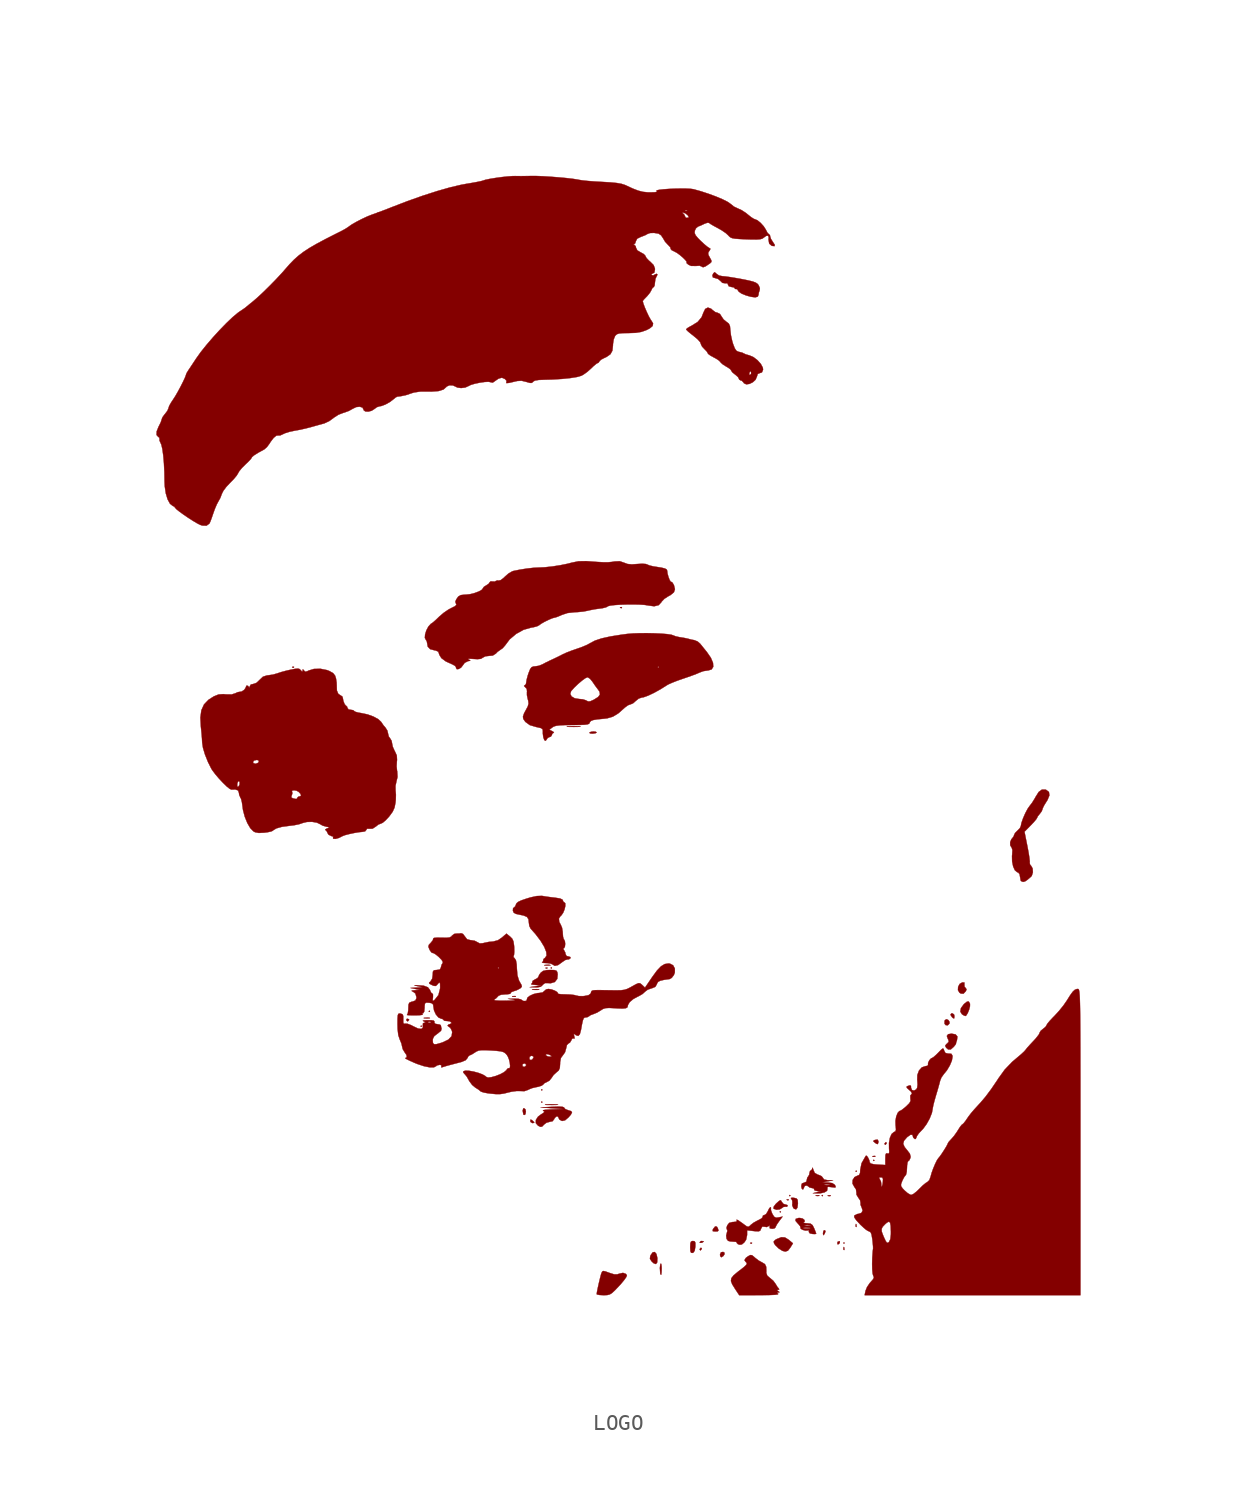
<source format=kicad_sym>
(kicad_symbol_lib
  (version 20220914)
  (generator "bitmap2component")
  (generator_version "9.0")
  (symbol "LOGO"
    (pin_names
      (offset 1.016))
    (property "Reference" "#G"
      (at 0 35.899 0)
      (effects (font (size 1.27 1.27)) hide))
    (symbol "LOGO_0_0"
      (polyline (pts (xy -0.526 -36.526) (xy -0.374 -36.489) (xy -0.228 -36.399) (xy -0.047 -36.232) (xy 0.208 -35.964) (xy 0.33 -35.831) (xy 0.533 -35.586) (xy 0.666 -35.396) (xy 0.703 -35.294) (xy 0.643 -35.205) (xy 0.46 -35.138) (xy 0.213 -35.194) (xy 0.103 -35.232) (xy -0.091 -35.232) (xy -0.36 -35.149) (xy -0.401 -35.134) (xy -0.641 -35.047) (xy -0.772 -35.021) (xy -0.84 -35.058) (xy -0.889 -35.158) (xy -0.924 -35.269) (xy -0.984 -35.504) (xy -1.054 -35.798) (xy -1.119 -36.093) (xy -1.167 -36.336) (xy -1.185 -36.47) (xy -1.155 -36.493) (xy -0.999 -36.522) (xy -0.756 -36.534) (xy -0.724 -36.534) (xy -0.526 -36.526)) (stroke (width 0.01) (type default)) (fill (type outline)))
      (polyline (pts (xy 9.004 -36.532) (xy 9.078 -36.532) (xy 9.599 -36.526) (xy 9.953 -36.51) (xy 10.139 -36.484) (xy 10.16 -36.449) (xy 10.139 -36.435) (xy 10.076 -36.378) (xy 10.16 -36.364) (xy 10.181 -36.364) (xy 10.244 -36.346) (xy 10.16 -36.28) (xy 10.139 -36.266) (xy 10.076 -36.209) (xy 10.16 -36.195) (xy 10.218 -36.184) (xy 10.202 -36.13) (xy 10.107 -36.017) (xy 9.994 -35.83) (xy 9.848 -35.631) (xy 9.634 -35.452) (xy 9.476 -35.319) (xy 9.411 -35.139) (xy 9.417 -35.037) (xy 9.406 -34.76) (xy 9.327 -34.593) (xy 9.165 -34.494) (xy 9.153 -34.489) (xy 8.926 -34.363) (xy 8.703 -34.188) (xy 8.662 -34.149) (xy 8.52 -34.035) (xy 8.409 -34.026) (xy 8.259 -34.11) (xy 8.132 -34.206) (xy 8.048 -34.346) (xy 8.128 -34.459) (xy 8.14 -34.467) (xy 8.2 -34.536) (xy 8.169 -34.628) (xy 8.031 -34.764) (xy 7.768 -34.97) (xy 7.64 -35.067) (xy 7.372 -35.29) (xy 7.23 -35.47) (xy 7.203 -35.645) (xy 7.283 -35.855) (xy 7.459 -36.138) (xy 7.721 -36.534) (xy 9.004 -36.532)) (stroke (width 0.01) (type default)) (fill (type outline)))
      (polyline (pts (xy 29.041 -26.966) (xy 29.041 -26.853) (xy 29.041 -25.389) (xy 29.04 -24.084) (xy 29.04 -22.93) (xy 29.038 -21.917) (xy 29.037 -21.036) (xy 29.034 -20.277) (xy 29.03 -19.632) (xy 29.025 -19.091) (xy 29.019 -18.646) (xy 29.011 -18.286) (xy 29.002 -18.003) (xy 28.991 -17.788) (xy 28.977 -17.631) (xy 28.962 -17.523) (xy 28.945 -17.455) (xy 28.925 -17.418) (xy 28.902 -17.402) (xy 28.877 -17.399) (xy 28.82 -17.402) (xy 28.696 -17.447) (xy 28.566 -17.564) (xy 28.407 -17.779) (xy 28.194 -18.119) (xy 27.979 -18.43) (xy 27.697 -18.779) (xy 27.411 -19.089) (xy 27.345 -19.154) (xy 27.131 -19.382) (xy 26.98 -19.562) (xy 26.924 -19.66) (xy 26.864 -19.762) (xy 26.712 -19.889) (xy 26.564 -20.009) (xy 26.501 -20.109) (xy 26.445 -20.241) (xy 26.259 -20.481) (xy 25.942 -20.823) (xy 25.879 -20.89) (xy 25.709 -21.079) (xy 25.604 -21.214) (xy 25.521 -21.308) (xy 25.338 -21.478) (xy 25.105 -21.675) (xy 24.772 -21.958) (xy 24.312 -22.437) (xy 23.918 -22.983) (xy 23.829 -23.122) (xy 23.464 -23.659) (xy 23.112 -24.13) (xy 22.804 -24.494) (xy 22.671 -24.637) (xy 22.403 -24.931) (xy 22.21 -25.156) (xy 22.061 -25.349) (xy 21.925 -25.547) (xy 21.864 -25.637) (xy 21.735 -25.8) (xy 21.657 -25.865) (xy 21.622 -25.888) (xy 21.517 -26.021) (xy 21.383 -26.231) (xy 21.319 -26.334) (xy 21.131 -26.597) (xy 20.956 -26.796) (xy 20.937 -26.814) (xy 20.8 -26.967) (xy 20.743 -27.072) (xy 20.735 -27.1) (xy 20.66 -27.243) (xy 20.532 -27.452) (xy 20.384 -27.679) (xy 20.248 -27.872) (xy 20.156 -27.982) (xy 20.075 -28.102) (xy 19.962 -28.332) (xy 19.843 -28.614) (xy 19.742 -28.893) (xy 19.682 -29.113) (xy 19.681 -29.118) (xy 19.598 -29.346) (xy 19.476 -29.463) (xy 19.376 -29.522) (xy 19.186 -29.678) (xy 18.973 -29.889) (xy 18.799 -30.058) (xy 18.603 -30.21) (xy 18.469 -30.268) (xy 18.417 -30.257) (xy 18.244 -30.157) (xy 18.049 -29.987) (xy 17.927 -29.859) (xy 17.834 -29.723) (xy 17.832 -29.593) (xy 17.904 -29.4) (xy 17.927 -29.348) (xy 18.031 -29.149) (xy 18.117 -29.041) (xy 18.146 -28.999) (xy 18.187 -28.823) (xy 18.203 -28.57) (xy 18.209 -28.422) (xy 18.239 -28.228) (xy 18.286 -28.152) (xy 18.351 -28.105) (xy 18.419 -27.952) (xy 18.43 -27.879) (xy 18.382 -27.694) (xy 18.209 -27.467) (xy 18.057 -27.282) (xy 17.966 -27.076) (xy 18.015 -26.888) (xy 18.202 -26.671) (xy 18.217 -26.657) (xy 18.414 -26.514) (xy 18.54 -26.511) (xy 18.584 -26.649) (xy 18.592 -26.685) (xy 18.69 -26.776) (xy 18.745 -26.774) (xy 18.796 -26.674) (xy 18.821 -26.598) (xy 18.942 -26.422) (xy 19.131 -26.222) (xy 19.211 -26.139) (xy 19.429 -25.842) (xy 19.622 -25.492) (xy 19.759 -25.147) (xy 19.811 -24.868) (xy 19.814 -24.84) (xy 19.85 -24.658) (xy 19.922 -24.377) (xy 20.017 -24.045) (xy 20.042 -23.965) (xy 20.143 -23.62) (xy 20.226 -23.324) (xy 20.274 -23.133) (xy 20.357 -22.926) (xy 20.513 -22.71) (xy 20.7 -22.482) (xy 20.881 -22.176) (xy 21.008 -21.873) (xy 21.049 -21.632) (xy 21.042 -21.562) (xy 20.977 -21.452) (xy 20.805 -21.436) (xy 20.774 -21.438) (xy 20.604 -21.401) (xy 20.524 -21.251) (xy 20.49 -21.142) (xy 20.439 -21.119) (xy 20.339 -21.195) (xy 20.156 -21.383) (xy 20.025 -21.514) (xy 19.858 -21.66) (xy 19.761 -21.717) (xy 19.71 -21.735) (xy 19.6 -21.853) (xy 19.521 -22.017) (xy 19.518 -22.144) (xy 19.493 -22.199) (xy 19.35 -22.225) (xy 19.131 -22.299) (xy 18.954 -22.497) (xy 18.85 -22.776) (xy 18.843 -23.089) (xy 18.848 -23.12) (xy 18.863 -23.377) (xy 18.839 -23.576) (xy 18.776 -23.682) (xy 18.642 -23.748) (xy 18.514 -23.714) (xy 18.457 -23.58) (xy 18.452 -23.466) (xy 18.399 -23.417) (xy 18.245 -23.465) (xy 18.175 -23.508) (xy 18.197 -23.582) (xy 18.344 -23.716) (xy 18.447 -23.807) (xy 18.519 -23.916) (xy 18.469 -23.99) (xy 18.41 -24.062) (xy 18.415 -24.257) (xy 18.427 -24.394) (xy 18.349 -24.54) (xy 18.155 -24.733) (xy 18.037 -24.834) (xy 17.864 -24.967) (xy 17.767 -25.019) (xy 17.729 -25.027) (xy 17.619 -25.146) (xy 17.531 -25.368) (xy 17.483 -25.642) (xy 17.489 -25.918) (xy 17.496 -25.965) (xy 17.515 -26.183) (xy 17.483 -26.293) (xy 17.386 -26.341) (xy 17.385 -26.342) (xy 17.243 -26.46) (xy 17.136 -26.701) (xy 17.078 -27.019) (xy 17.081 -27.369) (xy 17.083 -27.384) (xy 17.096 -27.6) (xy 17.067 -27.686) (xy 16.985 -27.678) (xy 16.978 -27.675) (xy 16.897 -27.676) (xy 16.858 -27.777) (xy 16.849 -28.012) (xy 16.849 -28.399) (xy 16.362 -28.373) (xy 16.125 -28.353) (xy 15.934 -28.305) (xy 15.875 -28.228) (xy 15.852 -28.114) (xy 15.783 -27.957) (xy 15.702 -27.837) (xy 15.644 -27.814) (xy 15.613 -27.854) (xy 15.365 -28.289) (xy 15.282 -28.698) (xy 15.271 -28.898) (xy 15.212 -29.023) (xy 15.076 -29.081) (xy 14.932 -29.151) (xy 14.907 -29.188) (xy 16.449 -29.188) (xy 16.561 -29.168) (xy 16.652 -29.181) (xy 16.704 -29.264) (xy 16.695 -29.464) (xy 16.675 -29.605) (xy 16.637 -29.741) (xy 16.607 -29.731) (xy 16.595 -29.566) (xy 16.575 -29.431) (xy 16.493 -29.269) (xy 16.487 -29.263) (xy 16.449 -29.188) (xy 14.907 -29.188) (xy 14.808 -29.334) (xy 14.798 -29.561) (xy 14.915 -29.774) (xy 15.015 -29.915) (xy 15.042 -30.113) (xy 15.047 -30.252) (xy 15.169 -30.452) (xy 15.275 -30.607) (xy 15.302 -30.77) (xy 15.301 -30.886) (xy 15.377 -31.072) (xy 15.433 -31.246) (xy 15.353 -31.393) (xy 15.162 -31.454) (xy 15.09 -31.463) (xy 14.922 -31.552) (xy 14.902 -31.581) (xy 14.917 -31.684) (xy 15.033 -31.85) (xy 15.265 -32.101) (xy 15.292 -32.129) (xy 15.523 -32.343) (xy 15.6 -32.403) (xy 16.614 -32.403) (xy 16.682 -32.262) (xy 16.839 -32.097) (xy 16.953 -31.997) (xy 17.074 -31.938) (xy 17.147 -32.001) (xy 17.184 -32.203) (xy 17.198 -32.558) (xy 17.197 -32.732) (xy 17.162 -33.038) (xy 17.078 -33.208) (xy 17.031 -33.249) (xy 16.958 -33.26) (xy 16.881 -33.164) (xy 16.772 -32.934) (xy 16.724 -32.824) (xy 16.629 -32.572) (xy 16.614 -32.403) (xy 15.6 -32.403) (xy 15.719 -32.495) (xy 15.842 -32.553) (xy 15.925 -32.595) (xy 15.989 -32.748) (xy 16.038 -33.041) (xy 16.061 -33.252) (xy 16.082 -33.487) (xy 16.085 -33.613) (xy 16.06 -33.827) (xy 16.034 -34.202) (xy 16.025 -34.582) (xy 16.032 -34.922) (xy 16.055 -35.181) (xy 16.093 -35.314) (xy 16.138 -35.41) (xy 16.092 -35.53) (xy 15.932 -35.714) (xy 15.876 -35.777) (xy 15.707 -36.026) (xy 15.612 -36.261) (xy 15.557 -36.534) (xy 22.299 -36.534) (xy 29.041 -36.534) (xy 29.041 -26.966)) (stroke (width 0.01) (type default)) (fill (type outline)))
      (polyline (pts (xy 2.85 -35.241) (xy 2.87 -35.096) (xy 2.877 -34.861) (xy 2.872 -34.723) (xy 2.848 -34.575) (xy 2.811 -34.562) (xy 2.788 -34.612) (xy 2.763 -34.834) (xy 2.787 -35.2) (xy 2.787 -35.201) (xy 2.836 -35.264) (xy 2.85 -35.241)) (stroke (width 0.01) (type default)) (fill (type outline)))
      (polyline (pts (xy 2.596 -34.485) (xy 2.608 -34.227) (xy 2.607 -34.215) (xy 2.549 -33.959) (xy 2.443 -33.835) (xy 2.315 -33.855) (xy 2.189 -34.029) (xy 2.161 -34.096) (xy 2.141 -34.26) (xy 2.243 -34.417) (xy 2.372 -34.537) (xy 2.516 -34.589) (xy 2.596 -34.485)) (stroke (width 0.01) (type default)) (fill (type outline)))
      (polyline (pts (xy 6.605 -34.162) (xy 6.719 -34.096) (xy 6.802 -33.977) (xy 6.801 -33.88) (xy 6.715 -33.828) (xy 6.58 -33.853) (xy 6.519 -33.994) (xy 6.533 -34.092) (xy 6.593 -34.163) (xy 6.605 -34.162)) (stroke (width 0.01) (type default)) (fill (type outline)))
      (polyline (pts (xy 4.852 -33.877) (xy 4.938 -33.758) (xy 4.979 -33.506) (xy 4.981 -33.474) (xy 4.983 -33.262) (xy 4.939 -33.168) (xy 4.831 -33.147) (xy 4.808 -33.147) (xy 4.711 -33.18) (xy 4.667 -33.294) (xy 4.657 -33.534) (xy 4.657 -33.553) (xy 4.669 -33.783) (xy 4.713 -33.883) (xy 4.805 -33.893) (xy 4.852 -33.877)) (stroke (width 0.01) (type default)) (fill (type outline)))
      (polyline (pts (xy 10.763 -33.755) (xy 10.916 -33.559) (xy 11.078 -33.294) (xy 10.839 -33.093) (xy 10.81 -33.069) (xy 10.576 -32.925) (xy 10.351 -32.912) (xy 10.07 -33.023) (xy 9.974 -33.077) (xy 9.874 -33.179) (xy 9.898 -33.298) (xy 9.979 -33.414) (xy 10.195 -33.623) (xy 10.423 -33.764) (xy 10.602 -33.81) (xy 10.763 -33.755)) (stroke (width 0.01) (type default)) (fill (type outline)))
      (polyline (pts (xy 5.3 -33.736) (xy 5.376 -33.655) (xy 5.389 -33.622) (xy 5.339 -33.57) (xy 5.314 -33.574) (xy 5.249 -33.655) (xy 5.25 -33.674) (xy 5.287 -33.74) (xy 5.3 -33.736)) (stroke (width 0.01) (type default)) (fill (type outline)))
      (polyline (pts (xy 14.292 -33.687) (xy 14.282 -33.554) (xy 14.251 -33.515) (xy 14.231 -33.605) (xy 14.237 -33.691) (xy 14.275 -33.717) (xy 14.292 -33.687)) (stroke (width 0.01) (type default)) (fill (type outline)))
      (polyline (pts (xy 7.889 -33.362) (xy 8.043 -33.232) (xy 8.152 -33.067) (xy 8.213 -32.77) (xy 8.213 -32.478) (xy 8.623 -32.526) (xy 8.752 -32.54) (xy 8.943 -32.544) (xy 9.037 -32.498) (xy 9.083 -32.388) (xy 9.088 -32.371) (xy 9.164 -32.248) (xy 9.318 -32.259) (xy 9.437 -32.278) (xy 9.586 -32.203) (xy 9.587 -32.202) (xy 9.64 -32.145) (xy 9.62 -32.237) (xy 9.614 -32.257) (xy 9.632 -32.358) (xy 9.782 -32.385) (xy 9.918 -32.363) (xy 9.991 -32.295) (xy 9.997 -32.264) (xy 10.075 -32.113) (xy 10.212 -31.914) (xy 10.434 -31.623) (xy 10.18 -31.674) (xy 10.024 -31.691) (xy 9.902 -31.633) (xy 9.791 -31.452) (xy 9.774 -31.417) (xy 9.704 -31.223) (xy 9.701 -31.105) (xy 9.711 -31.082) (xy 9.675 -31.03) (xy 9.672 -31.03) (xy 9.594 -31.109) (xy 9.508 -31.284) (xy 9.506 -31.291) (xy 9.398 -31.466) (xy 9.273 -31.538) (xy 9.207 -31.552) (xy 9.187 -31.625) (xy 9.19 -31.651) (xy 9.105 -31.744) (xy 8.917 -31.845) (xy 8.867 -31.867) (xy 8.619 -32.004) (xy 8.438 -32.144) (xy 8.389 -32.196) (xy 8.295 -32.26) (xy 8.191 -32.233) (xy 8.015 -32.108) (xy 7.881 -32.009) (xy 7.661 -31.857) (xy 7.559 -31.81) (xy 7.569 -31.864) (xy 7.574 -31.872) (xy 7.541 -31.94) (xy 7.35 -31.962) (xy 7.293 -31.964) (xy 7.092 -32.017) (xy 6.972 -32.174) (xy 6.924 -32.327) (xy 6.952 -32.433) (xy 6.978 -32.461) (xy 6.971 -32.577) (xy 6.957 -32.601) (xy 6.906 -32.807) (xy 6.93 -33.012) (xy 7.024 -33.138) (xy 7.16 -33.175) (xy 7.381 -33.191) (xy 7.528 -33.201) (xy 7.571 -33.242) (xy 7.566 -33.271) (xy 7.641 -33.345) (xy 7.76 -33.383) (xy 7.889 -33.362)) (stroke (width 0.01) (type default)) (fill (type outline)))
      (polyline (pts (xy 13.976 -33.307) (xy 14.007 -33.246) (xy 14.001 -33.157) (xy 13.889 -33.187) (xy 13.859 -33.215) (xy 13.852 -33.331) (xy 13.891 -33.367) (xy 13.976 -33.307)) (stroke (width 0.01) (type default)) (fill (type outline)))
      (polyline (pts (xy 5.376 -33.262) (xy 5.437 -33.235) (xy 5.503 -33.18) (xy 5.489 -33.165) (xy 5.376 -33.147) (xy 5.318 -33.156) (xy 5.249 -33.229) (xy 5.267 -33.264) (xy 5.376 -33.262)) (stroke (width 0.01) (type default)) (fill (type outline)))
      (polyline (pts (xy 8.511 -33.31) (xy 8.523 -33.26) (xy 8.511 -33.25) (xy 8.41 -33.26) (xy 8.397 -33.285) (xy 8.467 -33.316) (xy 8.511 -33.31)) (stroke (width 0.01) (type default)) (fill (type outline)))
      (polyline (pts (xy 14.309 -33.274) (xy 14.266 -33.232) (xy 14.224 -33.274) (xy 14.266 -33.316) (xy 14.309 -33.274)) (stroke (width 0.01) (type default)) (fill (type outline)))
      (polyline (pts (xy 13.039 -32.724) (xy 13.067 -32.677) (xy 13.117 -32.523) (xy 13.039 -32.47) (xy 12.986 -32.511) (xy 12.955 -32.66) (xy 12.956 -32.706) (xy 12.977 -32.79) (xy 13.039 -32.724)) (stroke (width 0.01) (type default)) (fill (type outline)))
      (polyline (pts (xy 12.531 -32.692) (xy 12.528 -32.679) (xy 12.484 -32.556) (xy 12.402 -32.353) (xy 12.302 -32.156) (xy 12.175 -32.064) (xy 11.958 -32.04) (xy 11.89 -32.037) (xy 11.75 -32.019) (xy 11.743 -31.992) (xy 11.809 -31.94) (xy 11.8 -31.839) (xy 11.688 -31.747) (xy 11.511 -31.708) (xy 11.421 -31.711) (xy 11.249 -31.767) (xy 11.236 -31.885) (xy 11.381 -32.056) (xy 11.399 -32.072) (xy 11.49 -32.178) (xy 11.786 -32.178) (xy 11.833 -32.156) (xy 11.968 -32.142) (xy 12.172 -32.157) (xy 12.2 -32.168) (xy 12.155 -32.187) (xy 11.98 -32.194) (xy 11.888 -32.192) (xy 11.786 -32.178) (xy 11.49 -32.178) (xy 11.523 -32.215) (xy 11.549 -32.314) (xy 11.558 -32.346) (xy 11.707 -32.346) (xy 11.747 -32.325) (xy 11.882 -32.311) (xy 12.128 -32.325) (xy 12.171 -32.338) (xy 12.121 -32.355) (xy 11.938 -32.362) (xy 11.814 -32.359) (xy 11.707 -32.346) (xy 11.558 -32.346) (xy 11.569 -32.384) (xy 11.694 -32.455) (xy 11.865 -32.497) (xy 12.015 -32.486) (xy 12.075 -32.474) (xy 12.078 -32.533) (xy 12.064 -32.576) (xy 12.128 -32.667) (xy 12.147 -32.675) (xy 12.307 -32.709) (xy 12.461 -32.716) (xy 12.531 -32.692)) (stroke (width 0.01) (type default)) (fill (type outline)))
      (polyline (pts (xy 6.371 -32.548) (xy 6.427 -32.495) (xy 6.383 -32.349) (xy 6.325 -32.251) (xy 6.217 -32.236) (xy 6.096 -32.385) (xy 6.061 -32.458) (xy 6.072 -32.537) (xy 6.22 -32.554) (xy 6.371 -32.548)) (stroke (width 0.01) (type default)) (fill (type outline)))
      (polyline (pts (xy 15.054 -32.247) (xy 15.044 -32.115) (xy 15.013 -32.076) (xy 14.993 -32.166) (xy 14.999 -32.252) (xy 15.037 -32.277) (xy 15.054 -32.247)) (stroke (width 0.01) (type default)) (fill (type outline)))
      (polyline (pts (xy 10.329 -31.327) (xy 10.287 -31.284) (xy 10.245 -31.327) (xy 10.287 -31.369) (xy 10.329 -31.327)) (stroke (width 0.01) (type default)) (fill (type outline)))
      (polyline (pts (xy 10.252 -31.173) (xy 10.41 -31.078) (xy 10.483 -31.02) (xy 10.632 -31.002) (xy 10.691 -31.013) (xy 10.753 -30.955) (xy 10.723 -30.901) (xy 10.589 -30.861) (xy 10.488 -30.833) (xy 10.374 -30.699) (xy 10.361 -30.662) (xy 10.314 -30.598) (xy 10.228 -30.633) (xy 10.062 -30.776) (xy 10 -30.837) (xy 9.879 -30.998) (xy 9.859 -31.107) (xy 9.887 -31.139) (xy 10.05 -31.195) (xy 10.252 -31.173)) (stroke (width 0.01) (type default)) (fill (type outline)))
      (polyline (pts (xy 11.357 -31.064) (xy 11.388 -30.811) (xy 11.387 -30.777) (xy 11.371 -30.577) (xy 11.3 -30.487) (xy 11.138 -30.451) (xy 11.022 -30.442) (xy 10.945 -30.463) (xy 10.992 -30.547) (xy 11.037 -30.632) (xy 11.041 -30.809) (xy 11.029 -30.905) (xy 11.095 -31.076) (xy 11.148 -31.132) (xy 11.273 -31.174) (xy 11.357 -31.064)) (stroke (width 0.01) (type default)) (fill (type outline)))
      (polyline (pts (xy 10.797 -30.601) (xy 10.809 -30.55) (xy 10.797 -30.54) (xy 10.696 -30.55) (xy 10.683 -30.576) (xy 10.753 -30.607) (xy 10.797 -30.601)) (stroke (width 0.01) (type default)) (fill (type outline)))
      (polyline (pts (xy 10.922 -30.311) (xy 10.88 -30.268) (xy 10.837 -30.311) (xy 10.88 -30.353) (xy 10.922 -30.311)) (stroke (width 0.01) (type default)) (fill (type outline)))
      (polyline (pts (xy 12.732 -30.328) (xy 12.721 -30.297) (xy 12.683 -30.286) (xy 12.509 -30.297) (xy 12.495 -30.326) (xy 12.615 -30.34) (xy 12.732 -30.328)) (stroke (width 0.01) (type default)) (fill (type outline)))
      (polyline (pts (xy 12.954 -30.311) (xy 12.912 -30.268) (xy 12.869 -30.311) (xy 12.912 -30.353) (xy 12.954 -30.311)) (stroke (width 0.01) (type default)) (fill (type outline)))
      (polyline (pts (xy 13.414 -30.34) (xy 13.439 -30.302) (xy 13.409 -30.285) (xy 13.277 -30.295) (xy 13.238 -30.326) (xy 13.328 -30.346) (xy 13.414 -30.34)) (stroke (width 0.01) (type default)) (fill (type outline)))
      (polyline (pts (xy 12.79 -30.168) (xy 13.051 -30.111) (xy 13.21 -30.009) (xy 13.234 -29.877) (xy 13.219 -29.792) (xy 13.29 -29.761) (xy 13.49 -29.784) (xy 13.524 -29.789) (xy 13.704 -29.809) (xy 13.755 -29.775) (xy 13.713 -29.67) (xy 13.691 -29.635) (xy 13.54 -29.532) (xy 13.268 -29.494) (xy 12.912 -29.482) (xy 13.25 -29.422) (xy 13.589 -29.361) (xy 13.271 -29.349) (xy 13.245 -29.348) (xy 13.025 -29.307) (xy 12.954 -29.212) (xy 12.953 -29.204) (xy 12.868 -29.099) (xy 12.679 -29.017) (xy 12.626 -29.002) (xy 12.438 -28.894) (xy 12.35 -28.697) (xy 12.345 -28.672) (xy 12.307 -28.561) (xy 12.287 -28.596) (xy 12.269 -28.674) (xy 12.192 -28.744) (xy 12.144 -28.774) (xy 12.107 -28.909) (xy 12.094 -29.006) (xy 12.023 -29.125) (xy 11.977 -29.18) (xy 11.938 -29.342) (xy 11.911 -29.446) (xy 11.769 -29.506) (xy 11.639 -29.552) (xy 11.617 -29.642) (xy 13.033 -29.642) (xy 13.06 -29.617) (xy 13.141 -29.604) (xy 13.356 -29.617) (xy 13.38 -29.625) (xy 13.362 -29.647) (xy 13.208 -29.656) (xy 13.15 -29.655) (xy 13.033 -29.642) (xy 11.617 -29.642) (xy 11.599 -29.718) (xy 11.62 -29.857) (xy 11.684 -29.93) (xy 11.723 -29.915) (xy 11.769 -29.803) (xy 11.823 -29.702) (xy 11.949 -29.681) (xy 12.065 -29.76) (xy 12.122 -29.807) (xy 12.287 -29.845) (xy 12.378 -29.862) (xy 12.404 -29.93) (xy 12.433 -29.992) (xy 12.589 -30.024) (xy 12.827 -30.034) (xy 12.573 -30.099) (xy 12.319 -30.163) (xy 12.589 -30.174) (xy 12.79 -30.168)) (stroke (width 0.01) (type default)) (fill (type outline)))
      (polyline (pts (xy 15.071 -28.787) (xy 15.028 -28.744) (xy 14.986 -28.787) (xy 15.028 -28.829) (xy 15.071 -28.787)) (stroke (width 0.01) (type default)) (fill (type outline)))
      (polyline (pts (xy 16.171 -28.109) (xy 16.129 -28.067) (xy 16.087 -28.109) (xy 16.129 -28.152) (xy 16.171 -28.109)) (stroke (width 0.01) (type default)) (fill (type outline)))
      (polyline (pts (xy 16.208 -27.885) (xy 16.233 -27.846) (xy 16.203 -27.83) (xy 16.071 -27.84) (xy 16.032 -27.87) (xy 16.122 -27.891) (xy 16.208 -27.885)) (stroke (width 0.01) (type default)) (fill (type outline)))
      (polyline (pts (xy 16.412 -27.006) (xy 16.422 -26.917) (xy 16.364 -26.812) (xy 16.196 -26.835) (xy 16.12 -26.868) (xy 16.099 -26.922) (xy 16.214 -27.019) (xy 16.287 -27.07) (xy 16.374 -27.096) (xy 16.412 -27.006)) (stroke (width 0.01) (type default)) (fill (type outline)))
      (polyline (pts (xy 16.868 -27.132) (xy 16.933 -27.051) (xy 16.932 -27.032) (xy 16.896 -26.966) (xy 16.882 -26.97) (xy 16.806 -27.051) (xy 16.793 -27.084) (xy 16.844 -27.136) (xy 16.868 -27.132)) (stroke (width 0.01) (type default)) (fill (type outline)))
      (polyline (pts (xy -4.595 -26) (xy -4.465 -25.866) (xy -4.324 -25.759) (xy -4.099 -25.696) (xy -3.944 -25.667) (xy -3.835 -25.527) (xy -3.812 -25.47) (xy -3.713 -25.373) (xy -3.606 -25.371) (xy -3.556 -25.475) (xy -3.518 -25.556) (xy -3.374 -25.639) (xy -3.335 -25.647) (xy -3.158 -25.606) (xy -2.951 -25.429) (xy -2.8 -25.258) (xy -2.726 -25.117) (xy -2.78 -25.034) (xy -2.963 -24.977) (xy -2.968 -24.976) (xy -3.144 -24.907) (xy -3.217 -24.822) (xy -3.226 -24.799) (xy -3.332 -24.761) (xy -3.57 -24.749) (xy -3.958 -24.763) (xy -4.699 -24.803) (xy -3.979 -24.853) (xy -3.26 -24.903) (xy -3.979 -24.924) (xy -4.118 -24.93) (xy -4.394 -24.95) (xy -4.541 -24.977) (xy -4.538 -25.009) (xy -4.517 -25.018) (xy -4.452 -25.068) (xy -4.503 -25.137) (xy -4.687 -25.254) (xy -4.852 -25.38) (xy -4.985 -25.586) (xy -4.986 -25.786) (xy -4.847 -25.944) (xy -4.7 -26.017) (xy -4.595 -26)) (stroke (width 0.01) (type default)) (fill (type outline)))
      (polyline (pts (xy -5.149 -25.777) (xy -5.08 -25.749) (xy -5.102 -25.713) (xy -5.207 -25.612) (xy -5.219 -25.602) (xy -5.312 -25.554) (xy -5.334 -25.643) (xy -5.317 -25.712) (xy -5.207 -25.781) (xy -5.149 -25.777)) (stroke (width 0.01) (type default)) (fill (type outline)))
      (polyline (pts (xy -5.635 -25.22) (xy -5.609 -25.061) (xy -5.635 -24.923) (xy -5.725 -24.85) (xy -5.773 -24.868) (xy -5.809 -25.004) (xy -5.764 -25.252) (xy -5.763 -25.254) (xy -5.683 -25.273) (xy -5.635 -25.22)) (stroke (width 0.01) (type default)) (fill (type outline)))
      (polyline (pts (xy -3.886 -24.651) (xy -3.672 -24.645) (xy -3.591 -24.633) (xy -3.66 -24.619) (xy -3.702 -24.615) (xy -4.017 -24.605) (xy -4.337 -24.618) (xy -4.4 -24.625) (xy -4.415 -24.638) (xy -4.283 -24.648) (xy -4.022 -24.651) (xy -3.886 -24.651)) (stroke (width 0.01) (type default)) (fill (type outline)))
      (polyline (pts (xy -4.572 -24.469) (xy -4.614 -24.426) (xy -4.657 -24.469) (xy -4.614 -24.511) (xy -4.572 -24.469)) (stroke (width 0.01) (type default)) (fill (type outline)))
      (polyline (pts (xy -7.219 -23.97) (xy -6.978 -23.935) (xy -6.691 -23.863) (xy -6.506 -23.82) (xy -6.184 -23.776) (xy -5.929 -23.779) (xy -5.708 -23.787) (xy -5.471 -23.706) (xy -5.424 -23.677) (xy -5.205 -23.592) (xy -4.935 -23.53) (xy -4.829 -23.51) (xy -4.619 -23.442) (xy -4.517 -23.365) (xy -4.452 -23.289) (xy -4.284 -23.208) (xy -4.138 -23.127) (xy -3.998 -22.951) (xy -3.88 -22.777) (xy -3.687 -22.601) (xy -3.562 -22.497) (xy -3.49 -22.338) (xy -3.471 -22.077) (xy -3.469 -21.966) (xy -3.419 -21.711) (xy -3.292 -21.539) (xy -3.164 -21.359) (xy -3.092 -21.106) (xy -3.044 -20.902) (xy -2.941 -20.802) (xy -2.858 -20.755) (xy -2.766 -20.603) (xy -2.719 -20.506) (xy -2.621 -20.491) (xy -2.616 -20.494) (xy -2.559 -20.491) (xy -2.586 -20.352) (xy -2.611 -20.264) (xy -2.607 -20.202) (xy -2.514 -20.264) (xy -2.478 -20.292) (xy -2.337 -20.335) (xy -2.237 -20.227) (xy -2.166 -19.961) (xy -2.104 -19.615) (xy -2.052 -19.376) (xy -2.002 -19.245) (xy -1.942 -19.189) (xy -1.861 -19.177) (xy -1.771 -19.166) (xy -1.657 -19.102) (xy -1.571 -19.038) (xy -1.389 -18.971) (xy -1.387 -18.97) (xy -1.161 -18.879) (xy -0.927 -18.737) (xy -0.792 -18.651) (xy -0.63 -18.599) (xy -0.407 -18.586) (xy -0.068 -18.603) (xy 0.114 -18.615) (xy 0.44 -18.625) (xy 0.637 -18.604) (xy 0.736 -18.547) (xy 0.762 -18.45) (xy 0.767 -18.406) (xy 0.879 -18.22) (xy 1.106 -18.028) (xy 1.409 -17.865) (xy 1.457 -17.844) (xy 1.683 -17.712) (xy 1.833 -17.576) (xy 1.838 -17.569) (xy 2.002 -17.446) (xy 2.233 -17.364) (xy 2.267 -17.357) (xy 2.478 -17.269) (xy 2.574 -17.104) (xy 2.592 -17.048) (xy 2.657 -16.953) (xy 2.788 -16.885) (xy 3.019 -16.832) (xy 3.384 -16.779) (xy 3.507 -16.703) (xy 3.635 -16.536) (xy 3.696 -16.381) (xy 3.699 -16.126) (xy 3.591 -15.921) (xy 3.389 -15.817) (xy 3.296 -15.808) (xy 3.063 -15.845) (xy 2.834 -15.985) (xy 2.585 -16.245) (xy 2.293 -16.643) (xy 1.834 -17.317) (xy 1.656 -17.149) (xy 1.621 -17.117) (xy 1.526 -17.046) (xy 1.426 -17.038) (xy 1.275 -17.101) (xy 1.025 -17.24) (xy 0.909 -17.305) (xy 0.725 -17.396) (xy 0.55 -17.452) (xy 0.338 -17.48) (xy 0.046 -17.487) (xy -0.37 -17.482) (xy -0.669 -17.477) (xy -1.034 -17.472) (xy -1.274 -17.475) (xy -1.418 -17.489) (xy -1.493 -17.52) (xy -1.526 -17.57) (xy -1.546 -17.643) (xy -1.569 -17.697) (xy -1.697 -17.79) (xy -1.958 -17.841) (xy -2.048 -17.849) (xy -2.301 -17.845) (xy -2.471 -17.809) (xy -2.589 -17.777) (xy -2.838 -17.749) (xy -3.141 -17.738) (xy -3.39 -17.731) (xy -3.567 -17.711) (xy -3.614 -17.682) (xy -3.604 -17.665) (xy -3.661 -17.586) (xy -3.814 -17.499) (xy -4.013 -17.428) (xy -4.203 -17.399) (xy -4.344 -17.428) (xy -4.457 -17.526) (xy -4.56 -17.615) (xy -4.786 -17.653) (xy -4.882 -17.659) (xy -5.13 -17.719) (xy -5.356 -17.822) (xy -5.511 -17.942) (xy -5.548 -18.055) (xy -5.552 -18.11) (xy -5.645 -18.157) (xy -5.78 -18.147) (xy -5.884 -18.076) (xy -5.92 -18.051) (xy -6.088 -18.013) (xy -6.334 -18.004) (xy -6.731 -18.016) (xy -6.392 -18.07) (xy -6.301 -18.091) (xy -6.33 -18.111) (xy -6.527 -18.125) (xy -6.89 -18.132) (xy -7.258 -18.13) (xy -7.499 -18.118) (xy -7.598 -18.092) (xy -7.568 -18.051) (xy -7.469 -17.985) (xy -7.341 -17.851) (xy -7.323 -17.83) (xy -7.161 -17.763) (xy -6.891 -17.738) (xy -6.773 -17.734) (xy -6.602 -17.707) (xy -6.555 -17.663) (xy -6.521 -17.598) (xy -6.37 -17.541) (xy -6.187 -17.484) (xy -5.976 -17.374) (xy -5.927 -17.337) (xy -5.861 -17.258) (xy -5.881 -17.154) (xy -5.988 -16.966) (xy -6.043 -16.863) (xy -6.137 -16.551) (xy -6.172 -16.129) (xy -6.184 -15.862) (xy -6.23 -15.61) (xy -6.313 -15.481) (xy -6.377 -15.416) (xy -6.376 -15.341) (xy -6.349 -15.273) (xy -6.333 -15.076) (xy -6.338 -14.804) (xy -6.346 -14.696) (xy -6.384 -14.433) (xy -6.46 -14.262) (xy -6.596 -14.126) (xy -6.824 -13.943) (xy -7.107 -14.189) (xy -7.351 -14.356) (xy -7.653 -14.436) (xy -7.923 -14.46) (xy -8.208 -14.519) (xy -8.294 -14.541) (xy -8.493 -14.555) (xy -8.638 -14.477) (xy -8.806 -14.39) (xy -9.04 -14.351) (xy -9.076 -14.35) (xy -9.283 -14.295) (xy -9.42 -14.118) (xy -9.537 -13.963) (xy -9.658 -13.918) (xy -9.758 -13.935) (xy -9.966 -13.941) (xy -10.092 -13.963) (xy -10.234 -14.075) (xy -10.268 -14.122) (xy -10.373 -14.18) (xy -10.563 -14.201) (xy -10.882 -14.195) (xy -11.159 -14.192) (xy -11.349 -14.21) (xy -11.399 -14.248) (xy -11.396 -14.253) (xy -11.427 -14.364) (xy -11.55 -14.514) (xy -11.674 -14.646) (xy -11.7 -14.768) (xy -11.626 -14.95) (xy -11.614 -14.972) (xy -11.511 -15.119) (xy -11.43 -15.155) (xy -11.381 -15.161) (xy -11.234 -15.249) (xy -11.041 -15.411) (xy -10.871 -15.586) (xy -10.793 -15.719) (xy -10.823 -15.81) (xy -10.87 -15.875) (xy -10.922 -16.061) (xy -10.923 -16.082) (xy -10.926 -16.087) (xy -7.366 -16.087) (xy -7.324 -16.044) (xy -7.281 -16.087) (xy -7.324 -16.129) (xy -7.366 -16.087) (xy -10.926 -16.087) (xy -10.986 -16.184) (xy -11.176 -16.214) (xy -11.19 -16.214) (xy -11.351 -16.232) (xy -11.417 -16.317) (xy -11.43 -16.522) (xy -11.461 -16.755) (xy -11.577 -16.938) (xy -11.658 -17.009) (xy -11.641 -17.073) (xy -11.483 -17.155) (xy -11.36 -17.206) (xy -11.233 -17.213) (xy -11.136 -17.12) (xy -11.085 -17.053) (xy -11.005 -16.989) (xy -10.97 -17.064) (xy -10.966 -17.293) (xy -10.971 -17.387) (xy -11.073 -17.783) (xy -11.311 -18.083) (xy -11.401 -18.146) (xy -11.434 -18.109) (xy -11.416 -17.933) (xy -11.413 -17.913) (xy -11.413 -17.74) (xy -11.459 -17.679) (xy -11.528 -17.636) (xy -11.596 -17.484) (xy -11.601 -17.463) (xy -11.731 -17.294) (xy -11.995 -17.196) (xy -12.404 -17.166) (xy -12.448 -17.166) (xy -12.573 -17.171) (xy -12.547 -17.189) (xy -12.361 -17.23) (xy -12.065 -17.292) (xy -12.446 -17.314) (xy -12.827 -17.337) (xy -12.531 -17.399) (xy -12.234 -17.461) (xy -12.531 -17.478) (xy -12.556 -17.48) (xy -12.727 -17.495) (xy -12.748 -17.525) (xy -12.637 -17.587) (xy -12.513 -17.684) (xy -12.446 -17.909) (xy -12.45 -17.991) (xy -12.516 -18.124) (xy -12.7 -18.191) (xy -12.771 -18.206) (xy -12.894 -18.262) (xy -12.944 -18.382) (xy -12.954 -18.617) (xy -12.957 -18.724) (xy -12.988 -18.928) (xy -13.039 -19.022) (xy -13.043 -19.023) (xy -12.993 -19.037) (xy -12.814 -19.046) (xy -12.539 -19.05) (xy -12.505 -19.05) (xy -12.242 -19.04) (xy -12.079 -19.018) (xy -12.052 -18.988) (xy -12.102 -18.946) (xy -12.044 -18.924) (xy -12.031 -18.922) (xy -11.963 -18.821) (xy -11.938 -18.579) (xy -11.937 -18.468) (xy -11.917 -18.308) (xy -11.838 -18.254) (xy -11.663 -18.261) (xy -11.508 -18.286) (xy -11.407 -18.366) (xy -11.379 -18.552) (xy -11.348 -18.737) (xy -11.235 -18.989) (xy -11.074 -19.181) (xy -10.901 -19.259) (xy -10.823 -19.272) (xy -10.753 -19.341) (xy -10.693 -19.39) (xy -10.529 -19.404) (xy -10.37 -19.421) (xy -10.268 -19.494) (xy -10.268 -19.549) (xy -10.365 -19.6) (xy -10.43 -19.611) (xy -10.499 -19.685) (xy -10.496 -19.706) (xy -10.412 -19.77) (xy -10.329 -19.831) (xy -10.24 -19.993) (xy -10.212 -20.097) (xy -10.249 -20.349) (xy -10.448 -20.563) (xy -10.806 -20.734) (xy -10.92 -20.772) (xy -11.19 -20.849) (xy -11.344 -20.853) (xy -11.414 -20.78) (xy -11.43 -20.623) (xy -11.422 -20.521) (xy -11.337 -20.351) (xy -11.129 -20.19) (xy -11.101 -20.172) (xy -10.911 -20.012) (xy -10.875 -19.88) (xy -10.894 -19.822) (xy -10.922 -19.678) (xy -10.976 -19.627) (xy -11.137 -19.6) (xy -11.276 -19.576) (xy -11.329 -19.494) (xy -11.322 -19.429) (xy -11.369 -19.375) (xy -11.513 -19.353) (xy -11.79 -19.352) (xy -11.982 -19.361) (xy -12.052 -19.385) (xy -11.98 -19.431) (xy -11.95 -19.444) (xy -11.874 -19.493) (xy -11.885 -19.495) (xy -11.732 -19.495) (xy -11.7 -19.458) (xy -11.651 -19.444) (xy -11.538 -19.464) (xy -11.539 -19.493) (xy -11.649 -19.509) (xy -11.732 -19.495) (xy -11.885 -19.495) (xy -11.951 -19.51) (xy -12.04 -19.544) (xy -12.048 -19.684) (xy -12.044 -19.821) (xy -12.147 -19.898) (xy -12.352 -19.869) (xy -12.641 -19.733) (xy -12.773 -19.663) (xy -13.002 -19.575) (xy -13.153 -19.565) (xy -13.23 -19.576) (xy -13.271 -19.5) (xy -13.27 -19.291) (xy -13.269 -19.092) (xy -13.317 -18.98) (xy -13.441 -18.938) (xy -13.517 -18.932) (xy -13.581 -18.959) (xy -13.615 -19.058) (xy -13.629 -19.26) (xy -13.631 -19.599) (xy -13.624 -19.9) (xy -13.58 -20.289) (xy -13.49 -20.557) (xy -13.482 -20.573) (xy -13.384 -20.811) (xy -13.339 -21.012) (xy -13.303 -21.16) (xy -13.184 -21.358) (xy -13.071 -21.521) (xy -13.049 -21.662) (xy -13.145 -21.721) (xy -13.151 -21.729) (xy -13.063 -21.786) (xy -12.861 -21.886) (xy -12.573 -22.014) (xy -12.393 -22.087) (xy -11.974 -22.226) (xy -11.619 -22.297) (xy -11.358 -22.299) (xy -11.218 -22.225) (xy -11.161 -22.178) (xy -10.997 -22.14) (xy -10.899 -22.158) (xy -10.889 -22.239) (xy -10.906 -22.295) (xy -10.818 -22.288) (xy -10.784 -22.276) (xy -10.589 -22.215) (xy -10.338 -22.146) (xy -10.306 -22.138) (xy -9.97 -22.05) (xy -9.643 -21.965) (xy -9.374 -21.855) (xy -9.252 -21.711) (xy -9.213 -21.618) (xy -9.126 -21.548) (xy -9.116 -21.547) (xy -8.983 -21.489) (xy -8.796 -21.372) (xy -8.714 -21.317) (xy -8.577 -21.256) (xy -8.403 -21.227) (xy -8.147 -21.225) (xy -7.767 -21.244) (xy -7.456 -21.266) (xy -7.188 -21.296) (xy -7.016 -21.342) (xy -6.898 -21.415) (xy -6.795 -21.526) (xy -6.792 -21.531) (xy -4.369 -21.531) (xy -4.341 -21.472) (xy -4.221 -21.478) (xy -4.064 -21.548) (xy -4.036 -21.567) (xy -4.002 -21.617) (xy -4.123 -21.631) (xy -4.242 -21.615) (xy -4.36 -21.548) (xy -4.369 -21.531) (xy -6.792 -21.531) (xy -6.747 -21.599) (xy -6.677 -21.768) (xy -5.393 -21.768) (xy -5.376 -21.644) (xy -5.278 -21.569) (xy -5.161 -21.602) (xy -5.122 -21.673) (xy -5.196 -21.792) (xy -5.292 -21.849) (xy -5.378 -21.798) (xy -5.393 -21.768) (xy -6.677 -21.768) (xy -6.666 -21.794) (xy -6.613 -22.013) (xy -6.604 -22.108) (xy -5.832 -22.108) (xy -5.715 -22.056) (xy -5.657 -22.064) (xy -5.588 -22.135) (xy -5.597 -22.182) (xy -5.682 -22.268) (xy -5.788 -22.251) (xy -5.811 -22.224) (xy -5.832 -22.108) (xy -6.604 -22.108) (xy -6.593 -22.211) (xy -6.613 -22.341) (xy -6.68 -22.357) (xy -6.723 -22.35) (xy -6.803 -22.433) (xy -6.825 -22.472) (xy -6.975 -22.6) (xy -7.211 -22.727) (xy -7.488 -22.836) (xy -7.758 -22.911) (xy -7.975 -22.935) (xy -8.092 -22.892) (xy -8.135 -22.845) (xy -8.319 -22.739) (xy -8.585 -22.64) (xy -8.885 -22.56) (xy -9.173 -22.511) (xy -9.399 -22.504) (xy -9.517 -22.55) (xy -9.528 -22.603) (xy -9.452 -22.706) (xy -9.422 -22.73) (xy -9.3 -22.881) (xy -9.175 -23.101) (xy -9.145 -23.157) (xy -8.966 -23.398) (xy -8.763 -23.567) (xy -8.748 -23.575) (xy -8.561 -23.693) (xy -8.451 -23.787) (xy -8.411 -23.815) (xy -8.236 -23.873) (xy -7.986 -23.918) (xy -7.816 -23.939) (xy -7.478 -23.971) (xy -7.219 -23.97)) (stroke (width 0.01) (type default)) (fill (type outline)))
      (polyline (pts (xy -4.572 -23.707) (xy -4.614 -23.664) (xy -4.657 -23.707) (xy -4.614 -23.749) (xy -4.572 -23.707)) (stroke (width 0.01) (type default)) (fill (type outline)))
      (polyline (pts (xy 20.938 -21.18) (xy 21.123 -21.018) (xy 21.125 -21.016) (xy 21.232 -20.883) (xy 21.263 -20.828) (xy 21.27 -20.765) (xy 21.324 -20.606) (xy 21.325 -20.602) (xy 21.355 -20.375) (xy 21.241 -20.239) (xy 20.985 -20.193) (xy 20.776 -20.226) (xy 20.692 -20.337) (xy 20.759 -20.526) (xy 20.787 -20.572) (xy 20.813 -20.702) (xy 20.702 -20.817) (xy 20.657 -20.851) (xy 20.587 -20.953) (xy 20.651 -21.073) (xy 20.778 -21.183) (xy 20.938 -21.18)) (stroke (width 0.01) (type default)) (fill (type outline)))
      (polyline (pts (xy -12.107 -19.727) (xy -12.15 -19.685) (xy -12.192 -19.727) (xy -12.15 -19.77) (xy -12.107 -19.727)) (stroke (width 0.01) (type default)) (fill (type outline)))
      (polyline (pts (xy 20.856 -19.564) (xy 20.863 -19.465) (xy 20.792 -19.345) (xy 20.677 -19.29) (xy 20.575 -19.344) (xy 20.55 -19.403) (xy 20.549 -19.571) (xy 20.615 -19.657) (xy 20.75 -19.672) (xy 20.856 -19.564)) (stroke (width 0.01) (type default)) (fill (type outline)))
      (polyline (pts (xy -12.984 -19.427) (xy -12.912 -19.346) (xy -12.905 -19.301) (xy -12.996 -19.262) (xy -13.061 -19.274) (xy -13.081 -19.346) (xy -13.064 -19.372) (xy -12.996 -19.431) (xy -12.984 -19.427)) (stroke (width 0.01) (type default)) (fill (type outline)))
      (polyline (pts (xy -11.721 -19.239) (xy -11.6 -19.226) (xy -11.62 -19.203) (xy -11.738 -19.188) (xy -11.958 -19.202) (xy -12 -19.213) (xy -11.975 -19.232) (xy -11.811 -19.24) (xy -11.721 -19.239)) (stroke (width 0.01) (type default)) (fill (type outline)))
      (polyline (pts (xy 21.167 -19.092) (xy 21.143 -18.994) (xy 21.04 -18.923) (xy 20.967 -18.933) (xy 20.919 -19.016) (xy 21.014 -19.16) (xy 21.091 -19.231) (xy 21.154 -19.238) (xy 21.167 -19.092)) (stroke (width 0.01) (type default)) (fill (type outline)))
      (polyline (pts (xy 21.904 -19.06) (xy 21.997 -18.912) (xy 22.083 -18.7) (xy 22.138 -18.484) (xy 22.14 -18.328) (xy 22.136 -18.318) (xy 22.064 -18.186) (xy 21.957 -18.189) (xy 21.782 -18.327) (xy 21.749 -18.359) (xy 21.574 -18.599) (xy 21.535 -18.815) (xy 21.638 -18.98) (xy 21.742 -19.047) (xy 21.851 -19.092) (xy 21.904 -19.06)) (stroke (width 0.01) (type default)) (fill (type outline)))
      (polyline (pts (xy -11.599 -18.796) (xy -11.642 -18.754) (xy -11.684 -18.796) (xy -11.642 -18.838) (xy -11.599 -18.796)) (stroke (width 0.01) (type default)) (fill (type outline)))
      (polyline (pts (xy -6.234 -17.882) (xy -6.244 -17.851) (xy -6.283 -17.84) (xy -6.456 -17.851) (xy -6.47 -17.88) (xy -6.35 -17.893) (xy -6.234 -17.882)) (stroke (width 0.01) (type default)) (fill (type outline)))
      (polyline (pts (xy 21.88 -17.54) (xy 21.926 -17.421) (xy 21.853 -17.32) (xy 21.799 -17.263) (xy 21.789 -17.105) (xy 21.793 -17.093) (xy 21.791 -16.997) (xy 21.659 -16.991) (xy 21.497 -17.083) (xy 21.398 -17.267) (xy 21.387 -17.473) (xy 21.481 -17.633) (xy 21.573 -17.689) (xy 21.735 -17.695) (xy 21.88 -17.54)) (stroke (width 0.01) (type default)) (fill (type outline)))
      (polyline (pts (xy -4.871 -17.458) (xy -4.765 -17.445) (xy -4.805 -17.424) (xy -4.939 -17.41) (xy -5.186 -17.424) (xy -5.229 -17.437) (xy -5.178 -17.454) (xy -4.995 -17.46) (xy -4.871 -17.458)) (stroke (width 0.01) (type default)) (fill (type outline)))
      (polyline (pts (xy -4.68 -17.263) (xy -4.557 -17.153) (xy -4.539 -17.126) (xy -4.406 -17.032) (xy -4.185 -17.035) (xy -4.057 -17.044) (xy -3.801 -16.966) (xy -3.647 -16.769) (xy -3.621 -16.48) (xy -3.646 -16.345) (xy -3.706 -16.254) (xy -3.84 -16.219) (xy -4.097 -16.214) (xy -4.311 -16.222) (xy -4.534 -16.273) (xy -4.68 -16.384) (xy -4.776 -16.516) (xy -4.826 -16.64) (xy -4.883 -16.72) (xy -5.043 -16.808) (xy -5.179 -16.887) (xy -5.212 -16.968) (xy -5.201 -17.005) (xy -5.27 -17.089) (xy -5.284 -17.104) (xy -5.197 -17.132) (xy -4.995 -17.151) (xy -4.614 -17.17) (xy -4.995 -17.23) (xy -5.376 -17.289) (xy -5.017 -17.302) (xy -4.892 -17.302) (xy -4.68 -17.263)) (stroke (width 0.01) (type default)) (fill (type outline)))
      (polyline (pts (xy -4.273 -16.123) (xy -4.262 -16.073) (xy -4.274 -16.062) (xy -4.375 -16.073) (xy -4.388 -16.098) (xy -4.318 -16.129) (xy -4.273 -16.123)) (stroke (width 0.01) (type default)) (fill (type outline)))
      (polyline (pts (xy -3.979 -16.087) (xy -4.022 -16.044) (xy -4.064 -16.087) (xy -4.022 -16.129) (xy -3.979 -16.087)) (stroke (width 0.01) (type default)) (fill (type outline)))
      (polyline (pts (xy -4.186 -15.937) (xy -4.064 -15.924) (xy -4.084 -15.901) (xy -4.202 -15.886) (xy -4.423 -15.9) (xy -4.465 -15.911) (xy -4.44 -15.93) (xy -4.276 -15.938) (xy -4.186 -15.937)) (stroke (width 0.01) (type default)) (fill (type outline)))
      (polyline (pts (xy -3.6 -15.91) (xy -3.365 -15.744) (xy -3.332 -15.715) (xy -3.143 -15.591) (xy -2.993 -15.554) (xy -2.919 -15.552) (xy -2.817 -15.473) (xy -2.828 -15.407) (xy -2.956 -15.367) (xy -3.066 -15.342) (xy -3.133 -15.214) (xy -3.145 -15.13) (xy -3.234 -14.96) (xy -3.288 -14.892) (xy -3.24 -14.859) (xy -3.224 -14.855) (xy -3.171 -14.758) (xy -3.153 -14.585) (xy -3.173 -14.408) (xy -3.23 -14.301) (xy -3.247 -14.28) (xy -3.288 -14.132) (xy -3.305 -13.901) (xy -3.307 -13.834) (xy -3.351 -13.571) (xy -3.432 -13.382) (xy -3.523 -13.215) (xy -3.546 -13.002) (xy -3.449 -12.852) (xy -3.398 -12.811) (xy -3.282 -12.645) (xy -3.193 -12.429) (xy -3.144 -12.213) (xy -3.147 -12.047) (xy -3.217 -11.98) (xy -3.253 -11.969) (xy -3.302 -11.863) (xy -3.323 -11.816) (xy -3.477 -11.746) (xy -3.789 -11.697) (xy -3.985 -11.675) (xy -4.309 -11.633) (xy -4.555 -11.592) (xy -4.609 -11.584) (xy -4.929 -11.595) (xy -5.317 -11.679) (xy -5.59 -11.762) (xy -5.897 -11.867) (xy -6.088 -11.957) (xy -6.193 -12.047) (xy -6.241 -12.152) (xy -6.282 -12.248) (xy -6.366 -12.319) (xy -6.41 -12.361) (xy -6.42 -12.508) (xy -6.418 -12.517) (xy -6.367 -12.635) (xy -6.232 -12.71) (xy -5.971 -12.767) (xy -5.753 -12.811) (xy -5.545 -12.899) (xy -5.446 -13.043) (xy -5.42 -13.277) (xy -5.393 -13.464) (xy -5.313 -13.628) (xy -5.001 -13.98) (xy -4.686 -14.396) (xy -4.461 -14.77) (xy -4.335 -15.084) (xy -4.317 -15.319) (xy -4.416 -15.459) (xy -4.505 -15.527) (xy -4.532 -15.618) (xy -4.522 -15.653) (xy -4.593 -15.734) (xy -4.608 -15.747) (xy -4.535 -15.771) (xy -4.344 -15.784) (xy -4.26 -15.787) (xy -4.048 -15.821) (xy -3.937 -15.875) (xy -3.803 -15.956) (xy -3.6 -15.91)) (stroke (width 0.01) (type default)) (fill (type outline)))
      (polyline (pts (xy 25.474 -10.709) (xy 25.586 -10.677) (xy 25.732 -10.578) (xy 25.953 -10.387) (xy 26.001 -10.329) (xy 26.069 -10.113) (xy 26.053 -9.873) (xy 25.951 -9.695) (xy 25.888 -9.623) (xy 25.871 -9.516) (xy 25.875 -9.431) (xy 25.851 -9.208) (xy 25.802 -8.889) (xy 25.731 -8.509) (xy 25.545 -7.576) (xy 25.938 -7.177) (xy 26.131 -6.973) (xy 26.276 -6.801) (xy 26.331 -6.709) (xy 26.378 -6.61) (xy 26.501 -6.457) (xy 26.616 -6.304) (xy 26.67 -6.168) (xy 26.685 -6.109) (xy 26.772 -5.93) (xy 26.912 -5.704) (xy 26.981 -5.597) (xy 27.101 -5.305) (xy 27.071 -5.091) (xy 26.891 -4.956) (xy 26.857 -4.944) (xy 26.634 -4.943) (xy 26.432 -5.092) (xy 26.238 -5.4) (xy 26.193 -5.485) (xy 26.025 -5.757) (xy 25.863 -5.969) (xy 25.74 -6.145) (xy 25.593 -6.423) (xy 25.456 -6.736) (xy 25.355 -7.024) (xy 25.315 -7.227) (xy 25.315 -7.228) (xy 25.252 -7.358) (xy 25.104 -7.508) (xy 25.101 -7.51) (xy 24.953 -7.659) (xy 24.892 -7.785) (xy 24.872 -7.86) (xy 24.765 -8.001) (xy 24.728 -8.04) (xy 24.651 -8.222) (xy 24.651 -8.421) (xy 24.733 -8.557) (xy 24.744 -8.567) (xy 24.79 -8.716) (xy 24.775 -8.997) (xy 24.765 -9.099) (xy 24.773 -9.437) (xy 24.837 -9.747) (xy 24.943 -9.983) (xy 25.078 -10.098) (xy 25.161 -10.134) (xy 25.24 -10.233) (xy 25.242 -10.25) (xy 25.27 -10.414) (xy 25.275 -10.438) (xy 25.302 -10.604) (xy 25.323 -10.654) (xy 25.446 -10.71) (xy 25.474 -10.709)) (stroke (width 0.01) (type default)) (fill (type outline)))
      (polyline (pts (xy -17.29 -7.963) (xy -17.069 -7.851) (xy -17.065 -7.848) (xy -16.908 -7.789) (xy -16.645 -7.721) (xy -16.336 -7.655) (xy -16.038 -7.605) (xy -15.812 -7.583) (xy -15.653 -7.552) (xy -15.579 -7.462) (xy -15.536 -7.39) (xy -15.362 -7.388) (xy -15.191 -7.387) (xy -14.978 -7.25) (xy -14.826 -7.128) (xy -14.665 -7.068) (xy -14.553 -7.016) (xy -14.37 -6.862) (xy -14.166 -6.643) (xy -14.144 -6.616) (xy -13.934 -6.33) (xy -13.816 -6.069) (xy -13.755 -5.757) (xy -13.738 -5.585) (xy -13.73 -5.262) (xy -13.75 -5.01) (xy -13.751 -5.005) (xy -13.755 -4.709) (xy -13.688 -4.396) (xy -13.628 -4.156) (xy -13.647 -3.81) (xy -13.659 -3.762) (xy -13.686 -3.489) (xy -13.671 -3.194) (xy -13.659 -3.09) (xy -13.676 -2.81) (xy -13.795 -2.549) (xy -13.817 -2.513) (xy -13.926 -2.266) (xy -13.97 -2.054) (xy -13.998 -1.898) (xy -14.097 -1.736) (xy -14.174 -1.631) (xy -14.224 -1.429) (xy -14.262 -1.262) (xy -14.387 -1.065) (xy -14.508 -0.927) (xy -14.64 -0.734) (xy -14.651 -0.715) (xy -14.833 -0.543) (xy -15.133 -0.38) (xy -15.502 -0.246) (xy -15.896 -0.163) (xy -16.069 -0.135) (xy -16.265 -0.082) (xy -16.341 -0.031) (xy -16.393 0.017) (xy -16.552 0.042) (xy -16.691 0.067) (xy -16.764 0.169) (xy -16.773 0.228) (xy -16.839 0.296) (xy -16.853 0.299) (xy -16.935 0.398) (xy -17.011 0.587) (xy -17.052 0.803) (xy -17.078 0.873) (xy -17.209 0.958) (xy -17.331 1.039) (xy -17.418 1.246) (xy -17.427 1.524) (xy -17.426 1.54) (xy -17.434 1.748) (xy -17.474 2.002) (xy -17.529 2.177) (xy -17.654 2.335) (xy -17.891 2.467) (xy -18.033 2.522) (xy -18.442 2.604) (xy -18.85 2.595) (xy -19.185 2.494) (xy -19.275 2.448) (xy -19.398 2.425) (xy -19.478 2.502) (xy -19.485 2.513) (xy -19.544 2.581) (xy -19.559 2.498) (xy -19.561 2.473) (xy -19.588 2.424) (xy -19.673 2.515) (xy -19.747 2.589) (xy -19.851 2.617) (xy -20.029 2.602) (xy -20.326 2.543) (xy -20.594 2.481) (xy -20.905 2.397) (xy -21.124 2.324) (xy -21.143 2.317) (xy -21.414 2.241) (xy -21.709 2.198) (xy -21.783 2.191) (xy -22.037 2.11) (xy -22.244 1.913) (xy -22.436 1.729) (xy -22.655 1.651) (xy -22.791 1.625) (xy -22.867 1.503) (xy -22.879 1.431) (xy -22.916 1.461) (xy -22.97 1.539) (xy -23.066 1.554) (xy -23.114 1.442) (xy -23.116 1.423) (xy -23.204 1.292) (xy -23.363 1.185) (xy -23.513 1.16) (xy -23.61 1.144) (xy -23.782 1.067) (xy -23.997 1.001) (xy -24.376 1.007) (xy -24.511 1.021) (xy -24.809 1) (xy -25.105 0.881) (xy -25.436 0.671) (xy -25.718 0.379) (xy -25.884 0.016) (xy -25.946 -0.442) (xy -25.915 -1.023) (xy -25.91 -1.063) (xy -25.873 -1.429) (xy -25.846 -1.764) (xy -25.834 -2) (xy -25.833 -2.012) (xy -25.783 -2.337) (xy -25.66 -2.749) (xy -25.481 -3.197) (xy -25.47 -3.22) (xy -22.662 -3.22) (xy -22.594 -3.129) (xy -22.425 -3.09) (xy -22.327 -3.11) (xy -22.288 -3.196) (xy -22.344 -3.272) (xy -22.492 -3.332) (xy -22.629 -3.293) (xy -22.662 -3.22) (xy -25.47 -3.22) (xy -25.267 -3.628) (xy -25.202 -3.733) (xy -25.02 -3.977) (xy -24.791 -4.247) (xy -24.545 -4.51) (xy -24.313 -4.735) (xy -24.309 -4.738) (xy -23.646 -4.738) (xy -23.642 -4.566) (xy -23.593 -4.434) (xy -23.524 -4.425) (xy -23.492 -4.484) (xy -23.501 -4.642) (xy -23.512 -4.669) (xy -23.592 -4.778) (xy -23.646 -4.738) (xy -24.309 -4.738) (xy -24.125 -4.89) (xy -24.011 -4.944) (xy -23.764 -4.935) (xy -23.591 -4.998) (xy -23.537 -5.148) (xy -23.52 -5.281) (xy -23.45 -5.427) (xy -20.27 -5.427) (xy -20.238 -5.297) (xy -20.201 -5.199) (xy -20.208 -5.093) (xy -20.231 -5.063) (xy -20.206 -5.005) (xy -20.09 -4.987) (xy -19.939 -5.013) (xy -19.809 -5.083) (xy -19.684 -5.219) (xy -19.655 -5.335) (xy -19.77 -5.376) (xy -19.828 -5.386) (xy -19.897 -5.461) (xy -19.909 -5.517) (xy -19.984 -5.529) (xy -20.172 -5.487) (xy -20.27 -5.427) (xy -23.45 -5.427) (xy -23.448 -5.432) (xy -23.405 -5.518) (xy -23.351 -5.736) (xy -23.311 -6.02) (xy -23.282 -6.226) (xy -23.173 -6.64) (xy -23.014 -7.032) (xy -22.827 -7.353) (xy -22.632 -7.553) (xy -22.525 -7.609) (xy -22.294 -7.652) (xy -21.955 -7.636) (xy -21.755 -7.61) (xy -21.535 -7.564) (xy -21.429 -7.519) (xy -21.409 -7.495) (xy -21.198 -7.367) (xy -20.849 -7.269) (xy -20.386 -7.207) (xy -20.095 -7.172) (xy -19.79 -7.111) (xy -19.582 -7.042) (xy -19.556 -7.03) (xy -19.287 -6.965) (xy -18.968 -6.958) (xy -18.67 -7.007) (xy -18.463 -7.106) (xy -18.306 -7.196) (xy -18.076 -7.262) (xy -17.915 -7.29) (xy -17.895 -7.318) (xy -18.02 -7.366) (xy -18.045 -7.374) (xy -18.152 -7.436) (xy -18.105 -7.502) (xy -18.055 -7.543) (xy -17.992 -7.676) (xy -17.939 -7.761) (xy -17.78 -7.84) (xy -17.654 -7.883) (xy -17.637 -7.908) (xy -17.657 -7.916) (xy -17.655 -7.998) (xy -17.637 -8.015) (xy -17.499 -8.023) (xy -17.29 -7.963)) (stroke (width 0.01) (type default)) (fill (type outline)))
      (polyline (pts (xy -4.287 -1.778) (xy -4.25 -1.719) (xy -4.109 -1.651) (xy -4.047 -1.635) (xy -3.979 -1.524) (xy -3.968 -1.465) (xy -3.874 -1.391) (xy -3.852 -1.363) (xy -3.955 -1.295) (xy -4.142 -1.205) (xy -3.955 -1.058) (xy -3.869 -1.005) (xy -3.722 -0.958) (xy -3.501 -0.929) (xy -3.174 -0.914) (xy -2.709 -0.909) (xy -2.646 -0.909) (xy -2.217 -0.904) (xy -1.927 -0.891) (xy -1.75 -0.867) (xy -1.658 -0.828) (xy -1.624 -0.771) (xy -1.615 -0.74) (xy -1.548 -0.657) (xy -1.4 -0.598) (xy -1.142 -0.554) (xy -0.743 -0.517) (xy -0.523 -0.49) (xy -0.169 -0.384) (xy 0.167 -0.18) (xy 0.536 0.145) (xy 0.579 0.185) (xy 0.77 0.325) (xy 0.922 0.381) (xy 0.927 0.381) (xy 1.084 0.445) (xy 1.254 0.593) (xy 1.256 0.595) (xy 1.442 0.744) (xy 1.629 0.806) (xy 1.753 0.827) (xy 2.036 0.93) (xy 2.399 1.102) (xy 2.805 1.327) (xy 3.22 1.588) (xy 3.295 1.63) (xy 3.535 1.737) (xy 3.863 1.865) (xy 4.231 1.993) (xy 4.428 2.06) (xy 4.785 2.186) (xy 5.079 2.298) (xy 5.261 2.377) (xy 5.479 2.457) (xy 5.749 2.498) (xy 5.77 2.498) (xy 5.994 2.562) (xy 6.098 2.727) (xy 6.083 2.975) (xy 5.95 3.29) (xy 5.699 3.653) (xy 5.621 3.749) (xy 5.428 3.988) (xy 5.278 4.174) (xy 5.121 4.31) (xy 4.911 4.395) (xy 4.755 4.422) (xy 4.572 4.469) (xy 4.529 4.482) (xy 4.328 4.526) (xy 4.068 4.569) (xy 3.967 4.585) (xy 3.736 4.638) (xy 3.603 4.691) (xy 3.483 4.732) (xy 3.221 4.771) (xy 2.856 4.801) (xy 2.424 4.821) (xy 1.959 4.831) (xy 1.497 4.828) (xy 1.074 4.813) (xy 0.723 4.783) (xy 0.372 4.737) (xy -0.329 4.625) (xy -0.879 4.503) (xy -1.292 4.366) (xy -1.581 4.213) (xy -1.781 4.103) (xy -2.08 3.975) (xy -2.413 3.857) (xy -2.742 3.744) (xy -3.067 3.618) (xy -3.302 3.511) (xy -3.382 3.469) (xy -3.678 3.321) (xy -3.979 3.178) (xy -4.089 3.128) (xy -4.369 2.992) (xy -4.585 2.878) (xy -4.793 2.795) (xy -5.052 2.752) (xy -5.121 2.749) (xy -5.244 2.709) (xy 2.625 2.709) (xy 2.667 2.752) (xy 2.709 2.709) (xy 2.667 2.667) (xy 2.625 2.709) (xy -5.244 2.709) (xy -5.248 2.708) (xy -5.342 2.585) (xy -5.441 2.338) (xy -5.49 2.192) (xy -5.56 1.928) (xy -5.588 1.746) (xy -5.609 1.637) (xy -5.694 1.564) (xy -5.727 1.533) (xy -5.641 1.441) (xy -5.554 1.346) (xy -5.536 1.181) (xy -5.543 1.153) (xy -5.543 1.033) (xy -2.838 1.033) (xy -2.785 1.205) (xy -2.772 1.22) (xy -2.577 1.438) (xy -2.339 1.665) (xy -2.098 1.869) (xy -1.894 2.017) (xy -1.765 2.074) (xy -1.74 2.07) (xy -1.598 1.978) (xy -1.45 1.799) (xy -1.445 1.79) (xy -1.268 1.532) (xy -1.09 1.295) (xy -1.006 1.171) (xy -0.979 0.999) (xy -1.095 0.841) (xy -1.365 0.672) (xy -1.379 0.665) (xy -1.585 0.573) (xy -1.722 0.565) (xy -1.863 0.635) (xy -1.874 0.641) (xy -2.053 0.696) (xy -2.294 0.719) (xy -2.556 0.761) (xy -2.752 0.875) (xy -2.838 1.033) (xy -5.543 1.033) (xy -5.543 0.96) (xy -5.493 0.717) (xy -5.462 0.607) (xy -5.442 0.426) (xy -5.491 0.25) (xy -5.622 0.007) (xy -5.72 -0.175) (xy -5.792 -0.384) (xy -5.769 -0.529) (xy -5.643 -0.711) (xy -5.361 -0.916) (xy -4.952 -1.036) (xy -4.906 -1.044) (xy -4.673 -1.099) (xy -4.566 -1.169) (xy -4.549 -1.274) (xy -4.55 -1.435) (xy -4.521 -1.672) (xy -4.456 -1.854) (xy -4.371 -1.896) (xy -4.287 -1.778)) (stroke (width 0.01) (type default)) (fill (type outline)))
      (polyline (pts (xy -1.259 -1.423) (xy -1.186 -1.376) (xy -1.235 -1.332) (xy -1.38 -1.314) (xy -1.543 -1.332) (xy -1.643 -1.385) (xy -1.645 -1.387) (xy -1.599 -1.434) (xy -1.437 -1.448) (xy -1.437 -1.448) (xy -1.259 -1.423)) (stroke (width 0.01) (type default)) (fill (type outline)))
      (polyline (pts (xy -2.453 -1.028) (xy -2.249 -1.021) (xy -2.18 -1.01) (xy -2.265 -0.996) (xy -2.3 -0.993) (xy -2.647 -0.983) (xy -2.985 -0.996) (xy -3.052 -1.004) (xy -3.048 -1.017) (xy -2.9 -1.026) (xy -2.625 -1.029) (xy -2.453 -1.028)) (stroke (width 0.01) (type default)) (fill (type outline)))
      (polyline (pts (xy -9.8 2.592) (xy -9.659 2.676) (xy -9.55 2.815) (xy -9.437 2.971) (xy -9.228 3.08) (xy -9.118 3.099) (xy -9.077 3.129) (xy -9.186 3.187) (xy -9.23 3.22) (xy -9.137 3.235) (xy -8.879 3.219) (xy -8.629 3.205) (xy -8.417 3.227) (xy -8.299 3.3) (xy -8.298 3.302) (xy -8.138 3.385) (xy -7.896 3.412) (xy -7.675 3.432) (xy -7.484 3.554) (xy -7.384 3.661) (xy -7.187 3.801) (xy -7.06 3.889) (xy -6.909 4.062) (xy -6.621 4.444) (xy -6.214 4.787) (xy -5.749 5.043) (xy -5.282 5.175) (xy -5.145 5.197) (xy -4.913 5.257) (xy -4.784 5.323) (xy -4.665 5.413) (xy -4.447 5.538) (xy -4.192 5.663) (xy -3.963 5.761) (xy -3.818 5.8) (xy -3.776 5.806) (xy -3.599 5.867) (xy -3.367 5.969) (xy -3.013 6.088) (xy -2.545 6.14) (xy -2.376 6.146) (xy -2.025 6.18) (xy -1.736 6.235) (xy -1.641 6.259) (xy -1.309 6.324) (xy -0.974 6.369) (xy -0.825 6.389) (xy -0.604 6.442) (xy -0.493 6.503) (xy -0.475 6.517) (xy -0.322 6.556) (xy -0.049 6.587) (xy 0.308 6.61) (xy 0.71 6.622) (xy 1.121 6.625) (xy 1.504 6.616) (xy 1.822 6.595) (xy 2.037 6.56) (xy 2.407 6.51) (xy 2.689 6.58) (xy 2.862 6.77) (xy 2.883 6.809) (xy 3.044 6.976) (xy 3.268 7.123) (xy 3.435 7.214) (xy 3.641 7.385) (xy 3.705 7.577) (xy 3.645 7.821) (xy 3.633 7.849) (xy 3.541 8.001) (xy 3.466 8.04) (xy 3.442 8.045) (xy 3.375 8.149) (xy 3.301 8.336) (xy 3.242 8.551) (xy 3.218 8.736) (xy 3.19 8.809) (xy 3.079 8.871) (xy 2.858 8.925) (xy 2.498 8.981) (xy 2.352 9.004) (xy 2.11 9.062) (xy 1.969 9.122) (xy 1.887 9.152) (xy 1.656 9.169) (xy 1.334 9.15) (xy 1.01 9.128) (xy 0.746 9.152) (xy 0.522 9.234) (xy 0.26 9.325) (xy -0.071 9.31) (xy -0.231 9.282) (xy -0.467 9.261) (xy -0.762 9.26) (xy -1.153 9.28) (xy -1.675 9.319) (xy -1.839 9.33) (xy -2.316 9.322) (xy -2.733 9.238) (xy -2.989 9.171) (xy -3.45 9.077) (xy -3.949 8.999) (xy -4.417 8.948) (xy -4.788 8.932) (xy -4.803 8.932) (xy -5.126 8.915) (xy -5.543 8.868) (xy -5.987 8.798) (xy -6.392 8.716) (xy -6.466 8.691) (xy -6.698 8.555) (xy -6.92 8.361) (xy -6.986 8.294) (xy -7.181 8.145) (xy -7.32 8.115) (xy -7.385 8.129) (xy -7.49 8.09) (xy -7.548 8.056) (xy -7.705 8.061) (xy -7.807 8.069) (xy -7.874 8.009) (xy -7.93 7.919) (xy -8.086 7.816) (xy -8.229 7.727) (xy -8.298 7.628) (xy -8.363 7.54) (xy -8.55 7.435) (xy -8.81 7.338) (xy -9.095 7.266) (xy -9.357 7.238) (xy -9.432 7.237) (xy -9.679 7.208) (xy -9.835 7.117) (xy -9.963 6.932) (xy -10.018 6.79) (xy -9.971 6.66) (xy -9.949 6.608) (xy -10.029 6.519) (xy -10.259 6.404) (xy -10.444 6.307) (xy -10.748 6.099) (xy -11.025 5.862) (xy -11.214 5.679) (xy -11.389 5.523) (xy -11.483 5.45) (xy -11.55 5.411) (xy -11.703 5.239) (xy -11.828 5.002) (xy -11.906 4.75) (xy -11.921 4.533) (xy -11.853 4.403) (xy -11.802 4.329) (xy -11.769 4.154) (xy -11.74 3.988) (xy -11.591 3.831) (xy -11.303 3.754) (xy -11.245 3.746) (xy -11.084 3.675) (xy -11.024 3.513) (xy -11.018 3.48) (xy -10.887 3.27) (xy -10.609 3.064) (xy -10.202 2.879) (xy -10.189 2.874) (xy -10.025 2.78) (xy -9.97 2.684) (xy -9.973 2.651) (xy -9.921 2.578) (xy -9.8 2.592)) (stroke (width 0.01) (type default)) (fill (type outline)))
      (polyline (pts (xy -20.106 2.673) (xy -20.094 2.724) (xy -20.107 2.734) (xy -20.207 2.724) (xy -20.22 2.698) (xy -20.151 2.667) (xy -20.106 2.673)) (stroke (width 0.01) (type default)) (fill (type outline)))
      (polyline (pts (xy 0.383 6.399) (xy 0.395 6.449) (xy 0.383 6.459) (xy 0.282 6.449) (xy 0.269 6.423) (xy 0.339 6.392) (xy 0.383 6.399)) (stroke (width 0.01) (type default)) (fill (type outline)))
      (polyline (pts (xy -25.381 11.678) (xy -25.327 11.794) (xy -25.24 12.025) (xy -25.141 12.316) (xy -25.041 12.595) (xy -24.918 12.884) (xy -24.813 13.078) (xy -24.7 13.28) (xy -24.602 13.542) (xy -24.511 13.725) (xy -24.329 13.968) (xy -24.093 14.219) (xy -24.08 14.232) (xy -23.851 14.468) (xy -23.675 14.681) (xy -23.588 14.827) (xy -23.52 14.948) (xy -23.353 15.151) (xy -23.133 15.37) (xy -22.943 15.552) (xy -22.791 15.715) (xy -22.733 15.804) (xy -22.719 15.834) (xy -22.586 15.946) (xy -22.327 16.108) (xy -21.964 16.306) (xy -21.952 16.313) (xy -21.787 16.458) (xy -21.633 16.666) (xy -21.562 16.781) (xy -21.374 17.028) (xy -21.203 17.17) (xy -21.077 17.184) (xy -20.963 17.183) (xy -20.789 17.262) (xy -20.645 17.329) (xy -20.369 17.414) (xy -20.052 17.481) (xy -19.815 17.524) (xy -19.406 17.611) (xy -19.05 17.702) (xy -18.874 17.752) (xy -18.529 17.848) (xy -18.246 17.925) (xy -18.198 17.939) (xy -17.902 18.077) (xy -17.642 18.264) (xy -17.604 18.297) (xy -17.323 18.478) (xy -17.023 18.593) (xy -16.968 18.607) (xy -16.672 18.715) (xy -16.427 18.851) (xy -16.208 18.957) (xy -15.987 18.98) (xy -15.816 18.924) (xy -15.748 18.794) (xy -15.741 18.757) (xy -15.637 18.682) (xy -15.454 18.673) (xy -15.246 18.726) (xy -15.071 18.838) (xy -14.918 18.951) (xy -14.739 19.008) (xy -14.637 19.023) (xy -14.384 19.118) (xy -14.106 19.273) (xy -13.872 19.452) (xy -13.757 19.549) (xy -13.653 19.607) (xy -13.418 19.637) (xy -13.11 19.701) (xy -12.785 19.81) (xy -12.598 19.868) (xy -12.218 19.925) (xy -11.726 19.928) (xy -11.505 19.924) (xy -11.062 19.957) (xy -10.755 20.054) (xy -10.569 20.221) (xy -10.548 20.246) (xy -10.384 20.316) (xy -10.169 20.309) (xy -9.986 20.227) (xy -9.891 20.177) (xy -9.656 20.146) (xy -9.397 20.178) (xy -9.198 20.268) (xy -9.044 20.344) (xy -8.788 20.419) (xy -8.484 20.482) (xy -8.184 20.525) (xy -7.941 20.537) (xy -7.808 20.51) (xy -7.8 20.504) (xy -7.676 20.485) (xy -7.506 20.604) (xy -7.323 20.73) (xy -7.138 20.786) (xy -7.079 20.78) (xy -6.921 20.711) (xy -6.821 20.603) (xy -6.831 20.503) (xy -6.84 20.492) (xy -6.819 20.451) (xy -6.643 20.47) (xy -6.316 20.547) (xy -6.149 20.586) (xy -5.878 20.601) (xy -5.588 20.532) (xy -5.574 20.527) (xy -5.352 20.465) (xy -5.232 20.468) (xy -5.161 20.537) (xy -5.156 20.545) (xy -5.042 20.612) (xy -4.807 20.651) (xy -4.427 20.667) (xy -3.933 20.68) (xy -3.346 20.716) (xy -2.83 20.769) (xy -2.42 20.835) (xy -2.146 20.913) (xy -2.025 20.977) (xy -1.773 21.155) (xy -1.529 21.373) (xy -1.382 21.515) (xy -1.207 21.661) (xy -1.104 21.717) (xy -1.08 21.72) (xy -1.016 21.806) (xy -1.013 21.821) (xy -0.916 21.915) (xy -0.728 22.015) (xy -0.568 22.089) (xy -0.325 22.26) (xy -0.203 22.483) (xy -0.169 22.805) (xy -0.166 22.9) (xy -0.121 23.186) (xy -0.038 23.392) (xy -0.006 23.434) (xy 0.084 23.511) (xy 0.221 23.555) (xy 0.445 23.575) (xy 0.798 23.58) (xy 0.808 23.58) (xy 1.257 23.596) (xy 1.601 23.652) (xy 1.899 23.755) (xy 2.132 23.873) (xy 2.311 24.024) (xy 2.339 24.183) (xy 2.226 24.367) (xy 2.183 24.426) (xy 2.071 24.629) (xy 1.942 24.901) (xy 1.82 25.186) (xy 1.729 25.43) (xy 1.693 25.58) (xy 1.699 25.594) (xy 1.784 25.698) (xy 1.938 25.856) (xy 1.975 25.895) (xy 2.142 26.1) (xy 2.24 26.277) (xy 2.292 26.388) (xy 2.376 26.458) (xy 2.383 26.459) (xy 2.434 26.549) (xy 2.455 26.738) (xy 2.455 26.744) (xy 2.486 26.968) (xy 2.555 27.117) (xy 2.559 27.121) (xy 2.615 27.237) (xy 2.554 27.286) (xy 2.422 27.228) (xy 2.342 27.179) (xy 2.246 27.216) (xy 2.237 27.262) (xy 2.323 27.305) (xy 2.419 27.359) (xy 2.455 27.555) (xy 2.451 27.624) (xy 2.37 27.832) (xy 2.159 28.042) (xy 2.079 28.11) (xy 1.924 28.273) (xy 1.863 28.389) (xy 1.858 28.409) (xy 1.758 28.516) (xy 1.566 28.623) (xy 1.353 28.749) (xy 1.27 28.915) (xy 1.25 29.013) (xy 1.164 29.09) (xy 1.102 29.101) (xy 1.164 29.139) (xy 1.22 29.185) (xy 1.27 29.338) (xy 1.27 29.338) (xy 1.348 29.48) (xy 1.587 29.595) (xy 1.641 29.613) (xy 1.857 29.698) (xy 1.985 29.771) (xy 2.145 29.83) (xy 2.4 29.839) (xy 2.681 29.794) (xy 2.84 29.687) (xy 2.968 29.495) (xy 3.09 29.287) (xy 3.278 29.084) (xy 3.286 29.078) (xy 3.413 28.944) (xy 3.441 28.848) (xy 3.437 28.837) (xy 3.502 28.759) (xy 3.675 28.674) (xy 3.824 28.594) (xy 4.012 28.457) (xy 4.2 28.297) (xy 4.355 28.143) (xy 4.443 28.028) (xy 4.428 27.982) (xy 4.437 27.945) (xy 4.552 27.851) (xy 4.714 27.776) (xy 5.027 27.774) (xy 5.249 27.789) (xy 5.372 27.736) (xy 5.459 27.69) (xy 5.62 27.748) (xy 5.876 27.921) (xy 5.901 27.94) (xy 5.986 28.025) (xy 5.979 28.124) (xy 5.882 28.302) (xy 5.798 28.46) (xy 5.778 28.591) (xy 5.848 28.71) (xy 5.881 28.752) (xy 5.925 28.847) (xy 5.848 28.897) (xy 5.732 28.972) (xy 5.537 29.134) (xy 5.309 29.346) (xy 5.141 29.515) (xy 4.992 29.695) (xy 4.934 29.834) (xy 4.945 29.972) (xy 5.017 30.126) (xy 5.146 30.234) (xy 5.318 30.3) (xy 5.538 30.404) (xy 5.556 30.413) (xy 5.734 30.475) (xy 5.835 30.463) (xy 5.921 30.398) (xy 6.119 30.281) (xy 6.38 30.141) (xy 6.622 30.004) (xy 6.878 29.829) (xy 7.04 29.681) (xy 7.07 29.645) (xy 7.156 29.566) (xy 7.273 29.513) (xy 7.456 29.479) (xy 7.739 29.457) (xy 8.158 29.438) (xy 8.476 29.428) (xy 8.808 29.426) (xy 9.025 29.442) (xy 9.162 29.478) (xy 9.249 29.539) (xy 9.404 29.651) (xy 9.524 29.664) (xy 9.561 29.57) (xy 9.55 29.432) (xy 9.594 29.169) (xy 9.743 29.039) (xy 9.781 29.027) (xy 9.928 29.012) (xy 9.942 29.092) (xy 9.822 29.274) (xy 9.821 29.276) (xy 9.702 29.468) (xy 9.652 29.626) (xy 9.643 29.691) (xy 9.578 29.76) (xy 9.575 29.761) (xy 9.493 29.835) (xy 9.401 30.007) (xy 9.389 30.034) (xy 9.251 30.251) (xy 9.058 30.464) (xy 8.858 30.627) (xy 8.7 30.693) (xy 8.636 30.715) (xy 8.465 30.823) (xy 8.255 30.991) (xy 8.133 31.09) (xy 7.869 31.261) (xy 7.644 31.363) (xy 7.394 31.48) (xy 7.169 31.658) (xy 7.157 31.669) (xy 6.972 31.794) (xy 6.662 31.947) (xy 6.261 32.115) (xy 5.806 32.283) (xy 5.33 32.439) (xy 4.868 32.568) (xy 4.683 32.595) (xy 4.399 32.609) (xy 4.055 32.611) (xy 3.682 32.604) (xy 3.314 32.587) (xy 2.984 32.563) (xy 2.725 32.533) (xy 2.569 32.499) (xy 2.55 32.462) (xy 2.572 32.446) (xy 2.572 32.398) (xy 2.413 32.378) (xy 2.361 32.376) (xy 2.005 32.374) (xy 1.705 32.404) (xy 1.411 32.479) (xy 1.071 32.61) (xy 0.635 32.812) (xy 0.585 32.834) (xy 0.368 32.904) (xy 0.079 32.956) (xy -0.315 32.995) (xy -0.847 33.026) (xy -0.911 33.029) (xy -1.361 33.056) (xy -1.77 33.088) (xy -2.096 33.123) (xy -2.295 33.155) (xy -2.372 33.172) (xy -2.674 33.218) (xy -3.085 33.266) (xy -3.563 33.31) (xy -4.066 33.349) (xy -4.55 33.379) (xy -4.973 33.395) (xy -5.292 33.396) (xy -5.485 33.391) (xy -5.906 33.387) (xy -6.287 33.39) (xy -6.441 33.388) (xy -6.762 33.365) (xy -7.138 33.324) (xy -7.524 33.27) (xy -7.877 33.212) (xy -8.149 33.154) (xy -8.298 33.104) (xy -8.403 33.075) (xy -8.641 33.025) (xy -8.975 32.964) (xy -9.371 32.897) (xy -9.666 32.842) (xy -10.356 32.679) (xy -11.158 32.45) (xy -12.045 32.165) (xy -12.991 31.83) (xy -13.97 31.454) (xy -14.264 31.338) (xy -14.478 31.256) (xy 4.346 31.256) (xy 4.359 31.266) (xy 4.459 31.256) (xy 4.472 31.231) (xy 4.403 31.2) (xy 4.358 31.206) (xy 4.346 31.256) (xy -14.478 31.256) (xy -14.652 31.189) (xy -14.918 31.09) (xy 4.154 31.09) (xy 4.218 31.108) (xy 4.224 31.109) (xy 4.365 31.055) (xy 4.507 30.939) (xy 4.572 30.825) (xy 4.558 30.803) (xy 4.445 30.776) (xy 4.386 30.79) (xy 4.318 30.896) (xy 4.309 30.947) (xy 4.212 31.059) (xy 4.154 31.09) (xy -14.918 31.09) (xy -14.982 31.067) (xy -15.205 30.989) (xy -15.23 30.98) (xy -15.513 30.868) (xy -15.853 30.709) (xy -16.195 30.532) (xy -16.488 30.364) (xy -16.677 30.232) (xy -16.715 30.202) (xy -16.905 30.081) (xy -17.145 29.95) (xy -17.463 29.792) (xy -18.134 29.451) (xy -18.682 29.158) (xy -19.131 28.898) (xy -19.502 28.655) (xy -19.817 28.415) (xy -20.101 28.162) (xy -20.373 27.881) (xy -20.659 27.555) (xy -20.858 27.328) (xy -21.212 26.948) (xy -21.606 26.544) (xy -22.002 26.154) (xy -22.363 25.817) (xy -22.649 25.569) (xy -22.854 25.404) (xy -23.03 25.259) (xy -23.114 25.188) (xy -23.144 25.163) (xy -23.287 25.063) (xy -23.495 24.925) (xy -23.619 24.836) (xy -23.941 24.565) (xy -24.324 24.2) (xy -24.74 23.772) (xy -25.162 23.31) (xy -25.564 22.842) (xy -25.919 22.399) (xy -26.198 22.009) (xy -26.378 21.736) (xy -26.558 21.465) (xy -26.685 21.276) (xy -26.693 21.263) (xy -26.797 21.096) (xy -26.839 21.001) (xy -26.844 20.973) (xy -26.907 20.804) (xy -27.027 20.544) (xy -27.184 20.234) (xy -27.355 19.916) (xy -27.52 19.631) (xy -27.656 19.42) (xy -27.771 19.249) (xy -27.893 19.033) (xy -27.94 18.895) (xy -27.942 18.878) (xy -28.011 18.72) (xy -28.152 18.534) (xy -28.178 18.505) (xy -28.31 18.326) (xy -28.363 18.194) (xy -28.367 18.166) (xy -28.425 17.998) (xy -28.533 17.78) (xy -28.555 17.74) (xy -28.677 17.436) (xy -28.685 17.213) (xy -28.576 17.091) (xy -28.519 17.056) (xy -28.498 16.963) (xy -28.5 16.864) (xy -28.425 16.697) (xy -28.386 16.609) (xy -28.322 16.338) (xy -28.267 15.944) (xy -28.224 15.455) (xy -28.196 14.9) (xy -28.186 14.309) (xy -28.173 14.012) (xy -28.107 13.566) (xy -27.994 13.19) (xy -27.845 12.917) (xy -27.672 12.78) (xy -27.586 12.741) (xy -27.517 12.659) (xy -27.517 12.657) (xy -27.443 12.574) (xy -27.261 12.428) (xy -27.007 12.244) (xy -26.716 12.045) (xy -26.422 11.856) (xy -26.161 11.7) (xy -25.968 11.601) (xy -25.831 11.554) (xy -25.564 11.546) (xy -25.381 11.678)) (stroke (width 0.01) (type default)) (fill (type outline)))
      (polyline (pts (xy 8.364 20.405) (xy 8.571 20.507) (xy 8.739 20.661) (xy 8.821 20.849) (xy 8.878 21.026) (xy 9.017 21.082) (xy 9.141 21.123) (xy 9.211 21.294) (xy 9.195 21.419) (xy 9.072 21.651) (xy 8.863 21.885) (xy 8.611 22.078) (xy 8.357 22.187) (xy 8.352 22.188) (xy 8.138 22.248) (xy 8.001 22.311) (xy 7.901 22.36) (xy 7.705 22.407) (xy 7.67 22.414) (xy 7.544 22.476) (xy 7.443 22.626) (xy 7.336 22.902) (xy 7.282 23.084) (xy 7.203 23.446) (xy 7.167 23.76) (xy 7.142 24.018) (xy 7.07 24.172) (xy 6.921 24.285) (xy 6.739 24.436) (xy 6.605 24.635) (xy 6.516 24.775) (xy 6.365 24.85) (xy 6.223 24.892) (xy 6.05 25.023) (xy 5.963 25.104) (xy 5.764 25.174) (xy 5.595 25.087) (xy 5.48 24.85) (xy 5.372 24.571) (xy 5.126 24.277) (xy 4.739 24.036) (xy 4.648 23.991) (xy 4.473 23.886) (xy 4.404 23.817) (xy 4.418 23.787) (xy 4.531 23.673) (xy 4.717 23.521) (xy 4.831 23.434) (xy 5.121 23.191) (xy 5.283 23.01) (xy 5.334 22.875) (xy 5.334 22.87) (xy 5.399 22.738) (xy 5.546 22.58) (xy 5.558 22.569) (xy 5.699 22.422) (xy 5.757 22.318) (xy 5.779 22.281) (xy 5.914 22.179) (xy 6.131 22.059) (xy 6.253 21.995) (xy 6.45 21.867) (xy 6.547 21.768) (xy 6.567 21.736) (xy 6.704 21.615) (xy 6.914 21.484) (xy 7.001 21.435) (xy 7.165 21.318) (xy 7.224 21.236) (xy 7.224 21.226) (xy 7.295 21.124) (xy 7.456 20.994) (xy 7.482 20.977) (xy 7.486 20.973) (xy 8.35 20.973) (xy 8.351 21.082) (xy 8.379 21.143) (xy 8.433 21.209) (xy 8.448 21.195) (xy 8.467 21.082) (xy 8.457 21.024) (xy 8.385 20.955) (xy 8.35 20.973) (xy 7.486 20.973) (xy 7.64 20.837) (xy 7.704 20.722) (xy 7.716 20.677) (xy 7.822 20.616) (xy 7.88 20.604) (xy 7.987 20.494) (xy 8.018 20.443) (xy 8.164 20.377) (xy 8.364 20.405)) (stroke (width 0.01) (type default)) (fill (type outline)))
      (polyline (pts (xy 8.883 25.859) (xy 8.932 25.993) (xy 8.942 26.096) (xy 8.999 26.265) (xy 9.01 26.389) (xy 8.931 26.575) (xy 8.868 26.653) (xy 8.752 26.733) (xy 8.564 26.803) (xy 8.274 26.874) (xy 7.848 26.959) (xy 7.517 27.018) (xy 7.139 27.08) (xy 6.837 27.121) (xy 6.656 27.137) (xy 6.462 27.175) (xy 6.297 27.284) (xy 6.264 27.326) (xy 6.178 27.384) (xy 6.099 27.305) (xy 6.044 27.191) (xy 6.075 27.057) (xy 6.252 27.006) (xy 6.397 26.963) (xy 6.561 26.824) (xy 6.667 26.717) (xy 6.857 26.688) (xy 6.976 26.694) (xy 7.027 26.595) (xy 7.066 26.505) (xy 7.239 26.458) (xy 7.378 26.436) (xy 7.451 26.369) (xy 7.456 26.34) (xy 7.529 26.328) (xy 7.583 26.328) (xy 7.656 26.224) (xy 7.687 26.173) (xy 7.862 26.048) (xy 8.149 25.932) (xy 8.444 25.849) (xy 8.725 25.811) (xy 8.883 25.859)) (stroke (width 0.01) (type default)) (fill (type outline))))))
</source>
